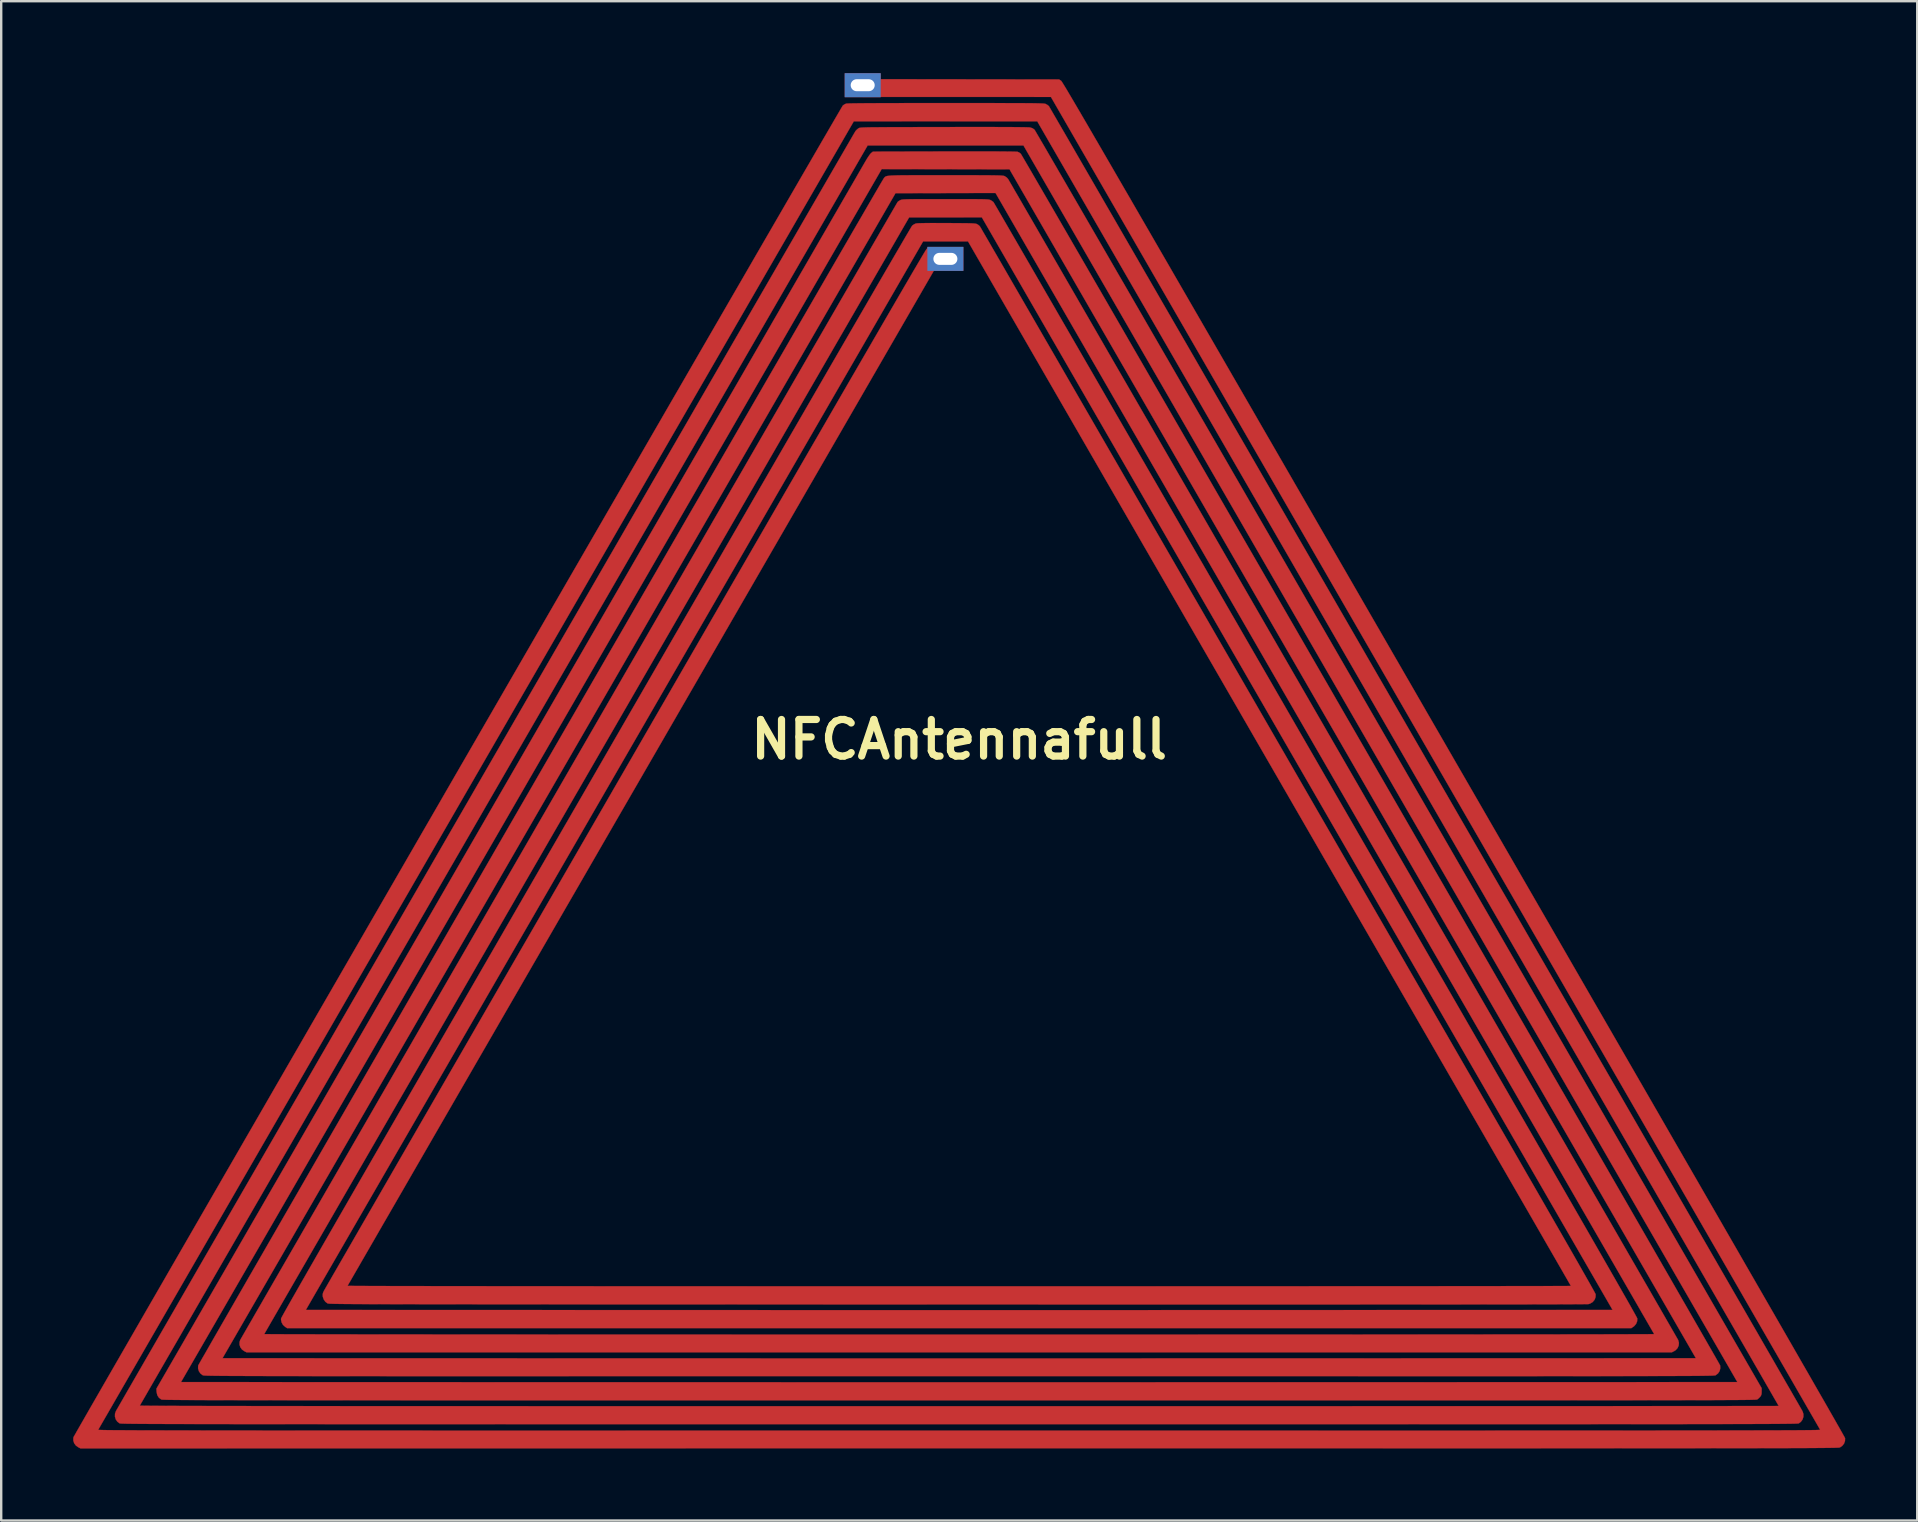
<source format=kicad_pcb>
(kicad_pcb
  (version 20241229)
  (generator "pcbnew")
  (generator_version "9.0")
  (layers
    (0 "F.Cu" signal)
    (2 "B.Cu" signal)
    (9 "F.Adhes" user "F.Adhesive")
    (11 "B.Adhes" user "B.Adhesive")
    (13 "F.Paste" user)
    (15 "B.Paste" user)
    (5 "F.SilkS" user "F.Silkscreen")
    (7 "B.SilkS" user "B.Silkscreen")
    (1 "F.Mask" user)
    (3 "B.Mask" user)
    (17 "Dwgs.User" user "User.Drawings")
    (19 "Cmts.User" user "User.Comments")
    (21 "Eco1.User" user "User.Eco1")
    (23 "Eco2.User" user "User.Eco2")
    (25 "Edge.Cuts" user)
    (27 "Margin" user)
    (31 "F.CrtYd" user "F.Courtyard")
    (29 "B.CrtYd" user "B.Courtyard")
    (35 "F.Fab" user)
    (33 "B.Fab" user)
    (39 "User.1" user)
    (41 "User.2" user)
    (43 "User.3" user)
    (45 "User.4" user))
  (footprint "NFCAntennafull"
    (layer "F.Cu")
    (at 36.912 28.76)
    (property "Reference" "NFCAntennafull" (at 0 -1 0) (layer "F.SilkS") (effects (font (size 1.524 1.524) (thickness 0.3))))
    (attr through_hole)
    (fp_poly (pts (xy 4.162 -28.501) (xy 4.245 -28.446) (xy 4.251 -28.441) (xy 4.259 -28.431) (xy 4.27 -28.415) (xy 4.285 -28.393) (xy 4.303 -28.364) (xy 4.326 -28.328) (xy 4.353 -28.284) (xy 4.385 -28.232) (xy 4.422 -28.171) (xy 4.465 -28.1) (xy 4.513 -28.019) (xy 4.567 -27.928) (xy 4.627 -27.826) (xy 4.694 -27.713) (xy 4.768 -27.587) (xy 4.849 -27.449) (xy 4.938 -27.298) (xy 5.035 -27.133) (xy 5.139 -26.953) (xy 5.252 -26.76) (xy 5.374 -26.551) (xy 5.505 -26.326) (xy 5.645 -26.085) (xy 5.795 -25.827) (xy 5.955 -25.551) (xy 6.125 -25.258) (xy 6.306 -24.947) (xy 6.497 -24.616) (xy 6.7 -24.266) (xy 6.914 -23.896) (xy 7.141 -23.506) (xy 7.379 -23.094) (xy 7.629 -22.661) (xy 7.893 -22.206) (xy 8.169 -21.728) (xy 8.459 -21.227) (xy 8.762 -20.703) (xy 9.079 -20.154) (xy 9.411 -19.58) (xy 9.757 -18.981) (xy 10.118 -18.357) (xy 10.494 -17.706) (xy 10.886 -17.028) (xy 11.293 -16.323) (xy 11.717 -15.589) (xy 12.157 -14.828) (xy 12.613 -14.037) (xy 13.087 -13.217) (xy 13.578 -12.367) (xy 14.086 -11.486) (xy 14.613 -10.575) (xy 15.157 -9.631) (xy 15.721 -8.656) (xy 16.303 -7.648) (xy 16.904 -6.606) (xy 17.525 -5.531) (xy 18.165 -4.422) (xy 18.826 -3.278) (xy 19.506 -2.098) (xy 20.208 -0.883) (xy 20.613 -0.181) (xy 21.393 1.169) (xy 22.151 2.483) (xy 22.889 3.761) (xy 23.606 5.003) (xy 24.302 6.209) (xy 24.978 7.38) (xy 25.633 8.516) (xy 26.268 9.617) (xy 26.884 10.683) (xy 27.479 11.715) (xy 28.055 12.713) (xy 28.611 13.676) (xy 29.147 14.606) (xy 29.664 15.503) (xy 30.162 16.367) (xy 30.641 17.197) (xy 31.101 17.995) (xy 31.543 18.761) (xy 31.965 19.494) (xy 32.37 20.196) (xy 32.755 20.866) (xy 33.123 21.504) (xy 33.473 22.111) (xy 33.805 22.688) (xy 34.119 23.233) (xy 34.416 23.749) (xy 34.695 24.234) (xy 34.956 24.689) (xy 35.201 25.115) (xy 35.429 25.511) (xy 35.639 25.878) (xy 35.833 26.216) (xy 36.011 26.525) (xy 36.172 26.806) (xy 36.316 27.059) (xy 36.445 27.284) (xy 36.557 27.481) (xy 36.654 27.651) (xy 36.735 27.794) (xy 36.8 27.91) (xy 36.85 27.999) (xy 36.885 28.062) (xy 36.904 28.098) (xy 36.909 28.109) (xy 36.905 28.228) (xy 36.863 28.338) (xy 36.789 28.43) (xy 36.694 28.493) (xy 36.69 28.494) (xy 36.684 28.496) (xy 36.675 28.497) (xy 36.664 28.499) (xy 36.65 28.5) (xy 36.631 28.502) (xy 36.607 28.503) (xy 36.578 28.504) (xy 36.544 28.505) (xy 36.503 28.507) (xy 36.455 28.508) (xy 36.399 28.509) (xy 36.335 28.51) (xy 36.262 28.511) (xy 36.18 28.512) (xy 36.088 28.513) (xy 35.985 28.514) (xy 35.872 28.515) (xy 35.746 28.516) (xy 35.608 28.517) (xy 35.457 28.518) (xy 35.293 28.519) (xy 35.115 28.519) (xy 34.922 28.52) (xy 34.714 28.521) (xy 34.489 28.522) (xy 34.249 28.522) (xy 33.991 28.523) (xy 33.716 28.523) (xy 33.422 28.524) (xy 33.11 28.525) (xy 32.778 28.525) (xy 32.427 28.526) (xy 32.055 28.526) (xy 31.661 28.526) (xy 31.246 28.527) (xy 30.809 28.527) (xy 30.348 28.528) (xy 29.864 28.528) (xy 29.357 28.528) (xy 28.824 28.529) (xy 28.266 28.529) (xy 27.682 28.529) (xy 27.072 28.53) (xy 26.435 28.53) (xy 25.77 28.53) (xy 25.077 28.53) (xy 24.355 28.53) (xy 23.604 28.531) (xy 22.823 28.531) (xy 22.011 28.531) (xy 21.168 28.531) (xy 20.293 28.531) (xy 19.386 28.531) (xy 18.446 28.531) (xy 17.473 28.532) (xy 16.465 28.532) (xy 15.423 28.532) (xy 14.345 28.532) (xy 13.232 28.532) (xy 12.082 28.532) (xy 10.895 28.532) (xy 9.671 28.532) (xy 8.408 28.532) (xy 7.106 28.532) (xy 5.765 28.532) (xy 4.384 28.532) (xy 2.963 28.532) (xy 1.5 28.532) (xy -0.001 28.532) (xy -36.609 28.533) (xy -36.704 28.485) (xy -36.801 28.415) (xy -36.871 28.321) (xy -36.907 28.213) (xy -36.907 28.099) (xy -36.9 28.068) (xy -36.889 28.046) (xy -36.857 27.989) (xy -36.804 27.896) (xy -36.732 27.769) (xy -36.64 27.609) (xy -36.529 27.415) (xy -36.4 27.19) (xy -36.253 26.933) (xy -36.088 26.646) (xy -35.906 26.33) (xy -35.707 25.984) (xy -35.492 25.61) (xy -35.261 25.209) (xy -35.014 24.781) (xy -34.753 24.328) (xy -34.477 23.849) (xy -34.187 23.346) (xy -33.884 22.819) (xy -33.567 22.27) (xy -33.237 21.699) (xy -32.896 21.106) (xy -32.542 20.493) (xy -32.177 19.861) (xy -31.801 19.209) (xy -31.415 18.54) (xy -31.019 17.853) (xy -30.613 17.149) (xy -30.197 16.43) (xy -29.774 15.695) (xy -29.341 14.946) (xy -28.901 14.184) (xy -28.454 13.409) (xy -28 12.622) (xy -27.539 11.824) (xy -27.072 11.015) (xy -26.6 10.197) (xy -26.122 9.37) (xy -25.64 8.535) (xy -25.153 7.692) (xy -24.663 6.843) (xy -24.169 5.988) (xy -23.672 5.128) (xy -23.173 4.264) (xy -22.672 3.396) (xy -22.169 2.526) (xy -21.665 1.654) (xy -21.161 0.78) (xy -20.656 -0.094) (xy -20.151 -0.967) (xy -19.647 -1.84) (xy -19.144 -2.71) (xy -18.643 -3.578) (xy -18.143 -4.442) (xy -17.646 -5.302) (xy -17.152 -6.158) (xy -16.661 -7.007) (xy -16.174 -7.85) (xy -15.691 -8.685) (xy -15.213 -9.513) (xy -14.74 -10.331) (xy -14.272 -11.14) (xy -13.81 -11.939) (xy -13.355 -12.726) (xy -12.907 -13.502) (xy -12.466 -14.264) (xy -12.033 -15.014) (xy -11.607 -15.749) (xy -11.191 -16.469) (xy -10.784 -17.173) (xy -10.386 -17.861) (xy -9.998 -18.531) (xy -9.621 -19.183) (xy -9.254 -19.817) (xy -8.899 -20.43) (xy -8.556 -21.024) (xy -8.225 -21.596) (xy -7.906 -22.146) (xy -7.601 -22.673) (xy -7.309 -23.177) (xy -7.031 -23.657) (xy -6.768 -24.111) (xy -6.52 -24.54) (xy -6.286 -24.942) (xy -6.069 -25.317) (xy -5.868 -25.664) (xy -5.684 -25.982) (xy -5.516 -26.27) (xy -5.366 -26.528) (xy -5.235 -26.754) (xy -5.121 -26.949) (xy -5.027 -27.11) (xy -4.952 -27.239) (xy -4.897 -27.333) (xy -4.862 -27.392) (xy -4.847 -27.415) (xy -4.847 -27.415) (xy -4.783 -27.46) (xy -4.71 -27.493) (xy -4.705 -27.494) (xy -4.676 -27.497) (xy -4.611 -27.5) (xy -4.51 -27.503) (xy -4.372 -27.505) (xy -4.197 -27.507) (xy -3.983 -27.509) (xy -3.732 -27.511) (xy -3.442 -27.512) (xy -3.113 -27.513) (xy -2.744 -27.514) (xy -2.335 -27.515) (xy -1.885 -27.516) (xy -1.394 -27.516) (xy -0.862 -27.516) (xy -0.55 -27.516) (xy -0.062 -27.516) (xy 0.386 -27.516) (xy 0.795 -27.516) (xy 1.167 -27.516) (xy 1.504 -27.515) (xy 1.808 -27.515) (xy 2.08 -27.514) (xy 2.323 -27.514) (xy 2.537 -27.513) (xy 2.725 -27.512) (xy 2.889 -27.511) (xy 3.03 -27.51) (xy 3.151 -27.508) (xy 3.253 -27.506) (xy 3.337 -27.504) (xy 3.406 -27.502) (xy 3.461 -27.499) (xy 3.505 -27.497) (xy 3.538 -27.493) (xy 3.564 -27.49) (xy 3.582 -27.486) (xy 3.597 -27.482) (xy 3.608 -27.477) (xy 3.609 -27.477) (xy 3.674 -27.44) (xy 3.729 -27.397) (xy 3.739 -27.387) (xy 3.75 -27.368) (xy 3.783 -27.312) (xy 3.836 -27.221) (xy 3.908 -27.096) (xy 4 -26.938) (xy 4.111 -26.746) (xy 4.24 -26.523) (xy 4.388 -26.269) (xy 4.553 -25.984) (xy 4.735 -25.669) (xy 4.933 -25.326) (xy 5.148 -24.954) (xy 5.379 -24.555) (xy 5.625 -24.13) (xy 5.886 -23.678) (xy 6.161 -23.202) (xy 6.451 -22.702) (xy 6.753 -22.178) (xy 7.069 -21.631) (xy 7.398 -21.063) (xy 7.738 -20.473) (xy 8.091 -19.863) (xy 8.454 -19.234) (xy 8.829 -18.586) (xy 9.214 -17.92) (xy 9.609 -17.237) (xy 10.013 -16.537) (xy 10.426 -15.821) (xy 10.848 -15.091) (xy 11.278 -14.347) (xy 11.716 -13.589) (xy 12.161 -12.819) (xy 12.612 -12.037) (xy 13.07 -11.244) (xy 13.534 -10.441) (xy 14.003 -9.628) (xy 14.478 -8.807) (xy 14.957 -7.978) (xy 15.439 -7.142) (xy 15.926 -6.299) (xy 16.416 -5.451) (xy 16.908 -4.599) (xy 17.403 -3.742) (xy 17.9 -2.882) (xy 18.398 -2.02) (xy 18.896 -1.156) (xy 19.396 -0.291) (xy 19.895 0.574) (xy 20.394 1.438) (xy 20.892 2.301) (xy 21.389 3.162) (xy 21.884 4.019) (xy 22.377 4.873) (xy 22.868 5.722) (xy 23.355 6.565) (xy 23.838 7.403) (xy 24.318 8.234) (xy 24.793 9.057) (xy 25.263 9.871) (xy 25.728 10.676) (xy 26.187 11.471) (xy 26.64 12.256) (xy 27.086 13.028) (xy 27.525 13.789) (xy 27.956 14.536) (xy 28.379 15.269) (xy 28.794 15.988) (xy 29.2 16.691) (xy 29.596 17.378) (xy 29.983 18.048) (xy 30.359 18.7) (xy 30.724 19.333) (xy 31.079 19.947) (xy 31.421 20.541) (xy 31.752 21.114) (xy 32.07 21.665) (xy 32.375 22.194) (xy 32.667 22.699) (xy 32.944 23.181) (xy 33.208 23.637) (xy 33.456 24.068) (xy 33.689 24.473) (xy 33.907 24.85) (xy 34.108 25.2) (xy 34.293 25.521) (xy 34.461 25.812) (xy 34.612 26.073) (xy 34.744 26.303) (xy 34.858 26.501) (xy 34.953 26.666) (xy 35.029 26.799) (xy 35.085 26.897) (xy 35.121 26.96) (xy 35.136 26.987) (xy 35.137 26.987) (xy 35.173 27.102) (xy 35.172 27.22) (xy 35.136 27.331) (xy 35.067 27.426) (xy 34.982 27.49) (xy 34.978 27.492) (xy 34.971 27.493) (xy 34.961 27.495) (xy 34.946 27.496) (xy 34.927 27.498) (xy 34.903 27.499) (xy 34.873 27.5) (xy 34.837 27.501) (xy 34.793 27.503) (xy 34.742 27.504) (xy 34.683 27.505) (xy 34.615 27.506) (xy 34.537 27.507) (xy 34.45 27.508) (xy 34.352 27.509) (xy 34.242 27.51) (xy 34.121 27.511) (xy 33.987 27.512) (xy 33.84 27.513) (xy 33.68 27.514) (xy 33.506 27.515) (xy 33.316 27.515) (xy 33.111 27.516) (xy 32.891 27.517) (xy 32.653 27.517) (xy 32.398 27.518) (xy 32.126 27.519) (xy 31.835 27.519) (xy 31.525 27.52) (xy 31.195 27.52) (xy 30.846 27.521) (xy 30.475 27.521) (xy 30.083 27.522) (xy 29.669 27.522) (xy 29.232 27.523) (xy 28.772 27.523) (xy 28.288 27.523) (xy 27.78 27.524) (xy 27.246 27.524) (xy 26.687 27.524) (xy 26.102 27.525) (xy 25.49 27.525) (xy 24.851 27.525) (xy 24.183 27.525) (xy 23.487 27.526) (xy 22.762 27.526) (xy 22.007 27.526) (xy 21.221 27.526) (xy 20.404 27.526) (xy 19.556 27.526) (xy 18.675 27.527) (xy 17.762 27.527) (xy 16.815 27.527) (xy 15.834 27.527) (xy 14.819 27.527) (xy 13.768 27.527) (xy 12.681 27.527) (xy 11.558 27.527) (xy 10.398 27.527) (xy 9.2 27.527) (xy 7.964 27.527) (xy 6.689 27.527) (xy 5.375 27.527) (xy 4.021 27.527) (xy 2.626 27.527) (xy 1.189 27.527) (xy 0 27.527) (xy -1.47 27.527) (xy -2.898 27.527) (xy -4.285 27.527) (xy -5.632 27.527) (xy -6.939 27.527) (xy -8.206 27.527) (xy -9.434 27.527) (xy -10.625 27.527) (xy -11.778 27.527) (xy -12.894 27.527) (xy -13.973 27.527) (xy -15.017 27.527) (xy -16.026 27.527) (xy -17.001 27.527) (xy -17.941 27.527) (xy -18.848 27.527) (xy -19.722 27.526) (xy -20.564 27.526) (xy -21.375 27.526) (xy -22.155 27.526) (xy -22.904 27.526) (xy -23.624 27.526) (xy -24.314 27.525) (xy -24.976 27.525) (xy -25.611 27.525) (xy -26.217 27.525) (xy -26.797 27.524) (xy -27.351 27.524) (xy -27.88 27.524) (xy -28.383 27.523) (xy -28.863 27.523) (xy -29.318 27.523) (xy -29.75 27.522) (xy -30.16 27.522) (xy -30.548 27.521) (xy -30.915 27.521) (xy -31.261 27.52) (xy -31.586 27.52) (xy -31.893 27.519) (xy -32.18 27.519) (xy -32.449 27.518) (xy -32.7 27.517) (xy -32.935 27.517) (xy -33.152 27.516) (xy -33.354 27.515) (xy -33.54 27.514) (xy -33.712 27.514) (xy -33.87 27.513) (xy -34.014 27.512) (xy -34.145 27.511) (xy -34.264 27.51) (xy -34.371 27.509) (xy -34.467 27.508) (xy -34.553 27.507) (xy -34.629 27.506) (xy -34.695 27.505) (xy -34.753 27.504) (xy -34.802 27.502) (xy -34.844 27.501) (xy -34.88 27.5) (xy -34.908 27.499) (xy -34.931 27.497) (xy -34.95 27.496) (xy -34.963 27.494) (xy -34.973 27.493) (xy -34.979 27.491) (xy -34.982 27.49) (xy -35.077 27.416) (xy -35.142 27.318) (xy -35.174 27.206) (xy -35.171 27.088) (xy -35.136 26.987) (xy -35.123 26.962) (xy -35.088 26.901) (xy -35.033 26.806) (xy -34.958 26.676) (xy -34.865 26.513) (xy -34.752 26.317) (xy -34.621 26.089) (xy -34.471 25.83) (xy -34.305 25.541) (xy -34.121 25.223) (xy -33.921 24.875) (xy -33.704 24.5) (xy -33.472 24.098) (xy -33.225 23.669) (xy -32.963 23.215) (xy -32.686 22.736) (xy -32.396 22.233) (xy -32.092 21.707) (xy -31.776 21.158) (xy -31.447 20.588) (xy -31.105 19.997) (xy -30.752 19.386) (xy -30.389 18.756) (xy -30.014 18.107) (xy -29.629 17.44) (xy -29.234 16.757) (xy -28.83 16.057) (xy -28.418 15.343) (xy -27.996 14.613) (xy -27.567 13.87) (xy -27.13 13.114) (xy -26.687 12.345) (xy -26.236 11.566) (xy -25.78 10.775) (xy -25.318 9.975) (xy -24.85 9.166) (xy -24.378 8.348) (xy -23.901 7.523) (xy -23.421 6.692) (xy -22.937 5.854) (xy -22.45 5.012) (xy -21.961 4.165) (xy -21.47 3.314) (xy -20.977 2.461) (xy -20.482 1.605) (xy -19.988 0.749) (xy -19.493 -0.108) (xy -18.998 -0.964) (xy -18.504 -1.82) (xy -18.011 -2.673) (xy -17.519 -3.523) (xy -17.03 -4.37) (xy -16.543 -5.213) (xy -16.059 -6.051) (xy -15.578 -6.882) (xy -15.101 -7.707) (xy -14.629 -8.525) (xy -14.161 -9.334) (xy -13.699 -10.135) (xy -13.242 -10.925) (xy -12.791 -11.705) (xy -12.347 -12.473) (xy -11.91 -13.229) (xy -11.48 -13.973) (xy -11.059 -14.702) (xy -10.646 -15.417) (xy -10.241 -16.117) (xy -9.846 -16.8) (xy -9.461 -17.467) (xy -9.085 -18.116) (xy -8.721 -18.747) (xy -8.368 -19.358) (xy -8.026 -19.949) (xy -7.696 -20.519) (xy -7.379 -21.068) (xy -7.074 -21.594) (xy -6.783 -22.097) (xy -6.506 -22.577) (xy -6.243 -23.031) (xy -5.995 -23.46) (xy -5.762 -23.862) (xy -5.545 -24.238) (xy -5.344 -24.585) (xy -5.16 -24.904) (xy -4.992 -25.193) (xy -4.842 -25.452) (xy -4.71 -25.68) (xy -4.596 -25.876) (xy -4.501 -26.04) (xy -4.426 -26.17) (xy -4.37 -26.266) (xy -4.334 -26.327) (xy -4.319 -26.352) (xy -4.319 -26.352) (xy -4.264 -26.411) (xy -4.201 -26.461) (xy -4.189 -26.469) (xy -4.179 -26.474) (xy -4.167 -26.479) (xy -4.152 -26.484) (xy -4.132 -26.488) (xy -4.104 -26.492) (xy -4.067 -26.495) (xy -4.018 -26.498) (xy -3.956 -26.5) (xy -3.879 -26.503) (xy -3.784 -26.505) (xy -3.671 -26.507) (xy -3.536 -26.508) (xy -3.379 -26.509) (xy -3.196 -26.511) (xy -2.987 -26.512) (xy -2.748 -26.513) (xy -2.479 -26.513) (xy -2.177 -26.514) (xy -1.841 -26.515) (xy -1.468 -26.516) (xy -1.056 -26.516) (xy -0.635 -26.517) (xy -0.134 -26.518) (xy 0.326 -26.518) (xy 0.745 -26.518) (xy 1.124 -26.518) (xy 1.465 -26.518) (xy 1.769 -26.517) (xy 2.036 -26.516) (xy 2.267 -26.515) (xy 2.463 -26.513) (xy 2.626 -26.511) (xy 2.755 -26.509) (xy 2.853 -26.506) (xy 2.919 -26.503) (xy 2.956 -26.5) (xy 2.959 -26.499) (xy 3.059 -26.466) (xy 3.135 -26.41) (xy 3.139 -26.407) (xy 3.152 -26.386) (xy 3.186 -26.329) (xy 3.24 -26.237) (xy 3.314 -26.11) (xy 3.408 -25.949) (xy 3.522 -25.755) (xy 3.654 -25.528) (xy 3.804 -25.268) (xy 3.973 -24.978) (xy 4.159 -24.656) (xy 4.363 -24.305) (xy 4.584 -23.923) (xy 4.822 -23.513) (xy 5.076 -23.075) (xy 5.345 -22.61) (xy 5.631 -22.117) (xy 5.931 -21.598) (xy 6.246 -21.054) (xy 6.575 -20.484) (xy 6.919 -19.891) (xy 7.276 -19.273) (xy 7.646 -18.633) (xy 8.029 -17.97) (xy 8.425 -17.286) (xy 8.833 -16.581) (xy 9.252 -15.855) (xy 9.683 -15.11) (xy 10.125 -14.345) (xy 10.577 -13.563) (xy 11.04 -12.762) (xy 11.512 -11.944) (xy 11.994 -11.11) (xy 12.485 -10.26) (xy 12.985 -9.395) (xy 13.493 -8.515) (xy 14.009 -7.622) (xy 14.533 -6.715) (xy 15.064 -5.796) (xy 15.602 -4.864) (xy 16.146 -3.922) (xy 16.696 -2.969) (xy 17.252 -2.006) (xy 17.813 -1.034) (xy 18.32 -0.157) (xy 33.433 26.024) (xy 33.433 26.164) (xy 33.43 26.246) (xy 33.419 26.303) (xy 33.395 26.351) (xy 33.373 26.381) (xy 33.32 26.438) (xy 33.262 26.486) (xy 33.246 26.495) (xy 33.242 26.497) (xy 33.235 26.499) (xy 33.225 26.5) (xy 33.21 26.502) (xy 33.191 26.503) (xy 33.167 26.504) (xy 33.136 26.506) (xy 33.099 26.507) (xy 33.055 26.508) (xy 33.003 26.509) (xy 32.943 26.511) (xy 32.874 26.512) (xy 32.795 26.513) (xy 32.706 26.514) (xy 32.606 26.515) (xy 32.495 26.516) (xy 32.371 26.517) (xy 32.235 26.518) (xy 32.086 26.518) (xy 31.922 26.519) (xy 31.745 26.52) (xy 31.552 26.521) (xy 31.343 26.522) (xy 31.118 26.522) (xy 30.875 26.523) (xy 30.616 26.524) (xy 30.338 26.524) (xy 30.041 26.525) (xy 29.724 26.525) (xy 29.388 26.526) (xy 29.031 26.526) (xy 28.652 26.527) (xy 28.252 26.527) (xy 27.829 26.528) (xy 27.383 26.528) (xy 26.913 26.529) (xy 26.419 26.529) (xy 25.9 26.529) (xy 25.355 26.53) (xy 24.784 26.53) (xy 24.186 26.53) (xy 23.56 26.53) (xy 22.907 26.531) (xy 22.224 26.531) (xy 21.513 26.531) (xy 20.771 26.531) (xy 19.999 26.531) (xy 19.196 26.531) (xy 18.361 26.532) (xy 17.494 26.532) (xy 16.593 26.532) (xy 15.659 26.532) (xy 14.691 26.532) (xy 13.688 26.532) (xy 12.649 26.532) (xy 11.574 26.532) (xy 10.463 26.532) (xy 9.314 26.532) (xy 8.127 26.532) (xy 6.902 26.532) (xy 5.637 26.532) (xy 4.333 26.532) (xy 2.988 26.532) (xy 1.602 26.532) (xy 0.175 26.532) (xy 0 26.532) (xy -1.432 26.532) (xy -2.823 26.532) (xy -4.173 26.532) (xy -5.482 26.532) (xy -6.751 26.532) (xy -7.981 26.532) (xy -9.173 26.532) (xy -10.326 26.532) (xy -11.442 26.532) (xy -12.521 26.532) (xy -13.564 26.532) (xy -14.572 26.532) (xy -15.544 26.532) (xy -16.482 26.532) (xy -17.387 26.532) (xy -18.258 26.532) (xy -19.097 26.531) (xy -19.904 26.531) (xy -20.68 26.531) (xy -21.425 26.531) (xy -22.14 26.531) (xy -22.826 26.531) (xy -23.483 26.53) (xy -24.112 26.53) (xy -24.713 26.53) (xy -25.287 26.53) (xy -25.835 26.529) (xy -26.358 26.529) (xy -26.855 26.529) (xy -27.328 26.528) (xy -27.777 26.528) (xy -28.202 26.527) (xy -28.605 26.527) (xy -28.986 26.526) (xy -29.346 26.526) (xy -29.685 26.525) (xy -30.004 26.525) (xy -30.303 26.524) (xy -30.583 26.524) (xy -30.845 26.523) (xy -31.089 26.522) (xy -31.317 26.522) (xy -31.527 26.521) (xy -31.722 26.52) (xy -31.902 26.519) (xy -32.067 26.519) (xy -32.218 26.518) (xy -32.356 26.517) (xy -32.481 26.516) (xy -32.593 26.515) (xy -32.695 26.514) (xy -32.785 26.513) (xy -32.865 26.512) (xy -32.935 26.511) (xy -32.996 26.51) (xy -33.049 26.508) (xy -33.094 26.507) (xy -33.132 26.506) (xy -33.163 26.504) (xy -33.188 26.503) (xy -33.208 26.502) (xy -33.223 26.5) (xy -33.234 26.499) (xy -33.242 26.497) (xy -33.246 26.496) (xy -33.246 26.495) (xy -33.344 26.42) (xy -33.408 26.319) (xy -33.437 26.193) (xy -33.439 26.175) (xy -33.446 26.046) (xy -33.109 25.463) (xy -33.086 25.423) (xy -33.041 25.346) (xy -32.977 25.234) (xy -32.892 25.087) (xy -32.788 24.907) (xy -32.664 24.693) (xy -32.522 24.447) (xy -32.361 24.169) (xy -32.183 23.86) (xy -31.986 23.52) (xy -31.773 23.151) (xy -31.543 22.752) (xy -31.296 22.325) (xy -31.033 21.87) (xy -30.755 21.389) (xy -30.461 20.881) (xy -30.153 20.347) (xy -29.83 19.788) (xy -29.494 19.205) (xy -29.143 18.599) (xy -28.78 17.969) (xy -28.403 17.318) (xy -28.014 16.645) (xy -27.613 15.951) (xy -27.201 15.236) (xy -26.777 14.503) (xy -26.342 13.75) (xy -25.897 12.98) (xy -25.442 12.192) (xy -24.977 11.387) (xy -24.503 10.567) (xy -24.021 9.731) (xy -23.529 8.88) (xy -23.03 8.016) (xy -22.523 7.138) (xy -22.008 6.248) (xy -21.487 5.345) (xy -20.96 4.432) (xy -20.426 3.508) (xy -19.886 2.574) (xy -19.342 1.631) (xy -18.792 0.68) (xy -18.436 0.064) (xy -17.884 -0.892) (xy -17.338 -1.838) (xy -16.796 -2.776) (xy -16.26 -3.704) (xy -15.73 -4.622) (xy -15.206 -5.528) (xy -14.689 -6.423) (xy -14.18 -7.305) (xy -13.678 -8.174) (xy -13.184 -9.03) (xy -12.698 -9.87) (xy -12.221 -10.696) (xy -11.753 -11.506) (xy -11.295 -12.299) (xy -10.847 -13.075) (xy -10.409 -13.834) (xy -9.981 -14.573) (xy -9.565 -15.294) (xy -9.16 -15.994) (xy -8.768 -16.674) (xy -8.387 -17.333) (xy -8.019 -17.97) (xy -7.665 -18.584) (xy -7.323 -19.175) (xy -6.996 -19.742) (xy -6.683 -20.284) (xy -6.384 -20.801) (xy -6.101 -21.291) (xy -5.832 -21.756) (xy -5.58 -22.192) (xy -5.344 -22.601) (xy -5.124 -22.981) (xy -4.922 -23.332) (xy -4.737 -23.652) (xy -4.569 -23.942) (xy -4.42 -24.2) (xy -4.289 -24.426) (xy -4.178 -24.62) (xy -4.085 -24.78) (xy -4.013 -24.906) (xy -3.96 -24.997) (xy -3.928 -25.052) (xy -3.918 -25.069) (xy -3.835 -25.209) (xy -3.762 -25.319) (xy -3.704 -25.398) (xy -3.663 -25.44) (xy -3.591 -25.495) (xy -0.615 -25.502) (xy -0.128 -25.502) (xy 0.317 -25.503) (xy 0.719 -25.503) (xy 1.079 -25.503) (xy 1.397 -25.502) (xy 1.673 -25.501) (xy 1.906 -25.499) (xy 2.097 -25.497) (xy 2.245 -25.495) (xy 2.351 -25.492) (xy 2.415 -25.489) (xy 2.435 -25.486) (xy 2.502 -25.455) (xy 2.563 -25.409) (xy 2.566 -25.406) (xy 2.579 -25.385) (xy 2.613 -25.328) (xy 2.667 -25.236) (xy 2.741 -25.11) (xy 2.834 -24.95) (xy 2.946 -24.758) (xy 3.076 -24.534) (xy 3.224 -24.279) (xy 3.39 -23.993) (xy 3.572 -23.679) (xy 3.771 -23.336) (xy 3.986 -22.965) (xy 4.216 -22.567) (xy 4.462 -22.143) (xy 4.722 -21.693) (xy 4.996 -21.22) (xy 5.284 -20.722) (xy 5.585 -20.201) (xy 5.899 -19.659) (xy 6.225 -19.095) (xy 6.563 -18.51) (xy 6.912 -17.906) (xy 7.272 -17.283) (xy 7.643 -16.642) (xy 8.023 -15.984) (xy 8.413 -15.309) (xy 8.812 -14.619) (xy 9.219 -13.914) (xy 9.635 -13.195) (xy 10.058 -12.462) (xy 10.488 -11.718) (xy 10.925 -10.961) (xy 11.368 -10.194) (xy 11.817 -9.417) (xy 12.271 -8.631) (xy 12.73 -7.836) (xy 13.193 -7.034) (xy 13.66 -6.225) (xy 14.131 -5.41) (xy 14.604 -4.59) (xy 15.08 -3.766) (xy 15.558 -2.938) (xy 16.037 -2.107) (xy 16.518 -1.275) (xy 16.999 -0.441) (xy 17.48 0.392) (xy 17.961 1.225) (xy 18.441 2.057) (xy 18.92 2.887) (xy 19.397 3.714) (xy 19.872 4.537) (xy 20.344 5.355) (xy 20.813 6.168) (xy 21.278 6.975) (xy 21.74 7.775) (xy 22.197 8.567) (xy 22.649 9.35) (xy 23.095 10.124) (xy 23.535 10.887) (xy 23.969 11.64) (xy 24.397 12.381) (xy 24.816 13.109) (xy 25.229 13.823) (xy 25.632 14.524) (xy 26.027 15.209) (xy 26.413 15.878) (xy 26.789 16.531) (xy 27.155 17.166) (xy 27.511 17.783) (xy 27.855 18.38) (xy 28.188 18.958) (xy 28.509 19.515) (xy 28.817 20.05) (xy 29.112 20.563) (xy 29.394 21.053) (xy 29.663 21.519) (xy 29.916 21.96) (xy 30.155 22.375) (xy 30.379 22.764) (xy 30.587 23.126) (xy 30.779 23.46) (xy 30.954 23.765) (xy 31.112 24.04) (xy 31.252 24.285) (xy 31.375 24.498) (xy 31.479 24.68) (xy 31.563 24.828) (xy 31.629 24.943) (xy 31.674 25.024) (xy 31.699 25.069) (xy 31.704 25.079) (xy 31.71 25.199) (xy 31.68 25.312) (xy 31.615 25.41) (xy 31.522 25.482) (xy 31.516 25.485) (xy 31.512 25.487) (xy 31.508 25.489) (xy 31.502 25.491) (xy 31.494 25.492) (xy 31.483 25.494) (xy 31.469 25.495) (xy 31.451 25.497) (xy 31.429 25.498) (xy 31.401 25.5) (xy 31.368 25.501) (xy 31.328 25.503) (xy 31.281 25.504) (xy 31.226 25.505) (xy 31.163 25.506) (xy 31.091 25.507) (xy 31.009 25.509) (xy 30.917 25.51) (xy 30.814 25.511) (xy 30.699 25.512) (xy 30.573 25.513) (xy 30.433 25.514) (xy 30.28 25.514) (xy 30.113 25.515) (xy 29.931 25.516) (xy 29.734 25.517) (xy 29.521 25.517) (xy 29.291 25.518) (xy 29.044 25.519) (xy 28.778 25.519) (xy 28.495 25.52) (xy 28.192 25.521) (xy 27.869 25.521) (xy 27.526 25.522) (xy 27.162 25.522) (xy 26.776 25.522) (xy 26.368 25.523) (xy 25.937 25.523) (xy 25.482 25.524) (xy 25.003 25.524) (xy 24.498 25.524) (xy 23.969 25.525) (xy 23.413 25.525) (xy 22.83 25.525) (xy 22.22 25.525) (xy 21.582 25.526) (xy 20.915 25.526) (xy 20.219 25.526) (xy 19.493 25.526) (xy 18.736 25.526) (xy 17.948 25.526) (xy 17.127 25.526) (xy 16.275 25.527) (xy 15.389 25.527) (xy 14.469 25.527) (xy 13.515 25.527) (xy 12.526 25.527) (xy 11.501 25.527) (xy 10.44 25.527) (xy 9.342 25.527) (xy 8.206 25.527) (xy 7.032 25.527) (xy 5.819 25.527) (xy 4.567 25.527) (xy 3.274 25.527) (xy 1.941 25.527) (xy 0.566 25.527) (xy 0 25.527) (xy -1.392 25.527) (xy -2.742 25.527) (xy -4.051 25.527) (xy -5.32 25.527) (xy -6.548 25.527) (xy -7.738 25.527) (xy -8.889 25.527) (xy -10.002 25.527) (xy -11.078 25.527) (xy -12.118 25.527) (xy -13.121 25.527) (xy -14.089 25.527) (xy -15.023 25.527) (xy -15.922 25.527) (xy -16.788 25.526) (xy -17.621 25.526) (xy -18.422 25.526) (xy -19.191 25.526) (xy -19.93 25.526) (xy -20.638 25.526) (xy -21.317 25.526) (xy -21.967 25.525) (xy -22.588 25.525) (xy -23.182 25.525) (xy -23.748 25.525) (xy -24.288 25.524) (xy -24.802 25.524) (xy -25.292 25.524) (xy -25.756 25.523) (xy -26.197 25.523) (xy -26.614 25.523) (xy -27.009 25.522) (xy -27.382 25.522) (xy -27.734 25.521) (xy -28.065 25.521) (xy -28.375 25.52) (xy -28.667 25.52) (xy -28.939 25.519) (xy -29.193 25.518) (xy -29.43 25.518) (xy -29.65 25.517) (xy -29.854 25.516) (xy -30.042 25.516) (xy -30.215 25.515) (xy -30.373 25.514) (xy -30.518 25.513) (xy -30.65 25.512) (xy -30.769 25.511) (xy -30.877 25.51) (xy -30.973 25.509) (xy -31.059 25.508) (xy -31.135 25.507) (xy -31.202 25.506) (xy -31.26 25.504) (xy -31.31 25.503) (xy -31.353 25.502) (xy -31.389 25.5) (xy -31.418 25.499) (xy -31.443 25.498) (xy -31.463 25.496) (xy -31.478 25.495) (xy -31.49 25.493) (xy -31.499 25.491) (xy -31.506 25.49) (xy -31.511 25.488) (xy -31.515 25.486) (xy -31.516 25.485) (xy -31.61 25.415) (xy -31.676 25.319) (xy -31.71 25.206) (xy -31.706 25.086) (xy -31.705 25.08) (xy -31.693 25.058) (xy -31.662 25.002) (xy -31.61 24.91) (xy -31.538 24.783) (xy -31.446 24.624) (xy -31.336 24.432) (xy -31.208 24.208) (xy -31.062 23.953) (xy -30.898 23.668) (xy -30.718 23.354) (xy -30.52 23.011) (xy -30.307 22.641) (xy -30.079 22.244) (xy -29.835 21.821) (xy -29.577 21.372) (xy -29.304 20.899) (xy -29.018 20.403) (xy -28.719 19.884) (xy -28.407 19.343) (xy -28.083 18.78) (xy -27.747 18.198) (xy -27.4 17.596) (xy -27.042 16.975) (xy -26.674 16.336) (xy -26.296 15.68) (xy -25.908 15.008) (xy -25.512 14.321) (xy -25.107 13.619) (xy -24.694 12.903) (xy -24.273 12.175) (xy -23.846 11.434) (xy -23.412 10.682) (xy -22.972 9.919) (xy -22.526 9.147) (xy -22.075 8.365) (xy -21.619 7.576) (xy -21.16 6.779) (xy -20.696 5.976) (xy -20.229 5.168) (xy -19.759 4.354) (xy -19.288 3.537) (xy -18.814 2.716) (xy -18.339 1.893) (xy -17.862 1.069) (xy -17.386 0.244) (xy -16.909 -0.582) (xy -16.433 -1.406) (xy -15.958 -2.228) (xy -15.485 -3.048) (xy -15.013 -3.865) (xy -14.544 -4.677) (xy -14.077 -5.484) (xy -13.614 -6.286) (xy -13.155 -7.081) (xy -12.7 -7.868) (xy -12.25 -8.648) (xy -11.805 -9.418) (xy -11.366 -10.178) (xy -10.932 -10.927) (xy -10.506 -11.665) (xy -10.087 -12.391) (xy -9.675 -13.103) (xy -9.271 -13.802) (xy -8.876 -14.486) (xy -8.489 -15.154) (xy -8.113 -15.805) (xy -7.746 -16.44) (xy -7.389 -17.056) (xy -7.044 -17.653) (xy -6.71 -18.231) (xy -6.387 -18.788) (xy -6.077 -19.324) (xy -5.78 -19.838) (xy -5.496 -20.329) (xy -5.225 -20.796) (xy -4.969 -21.238) (xy -4.727 -21.655) (xy -4.501 -22.046) (xy -4.29 -22.41) (xy -4.095 -22.745) (xy -3.917 -23.053) (xy -3.756 -23.33) (xy -3.612 -23.578) (xy -3.487 -23.794) (xy -3.379 -23.978) (xy -3.291 -24.13) (xy -3.222 -24.247) (xy -3.172 -24.331) (xy -3.143 -24.379) (xy -3.135 -24.392) (xy -3.119 -24.41) (xy -3.105 -24.426) (xy -3.09 -24.441) (xy -3.071 -24.453) (xy -3.047 -24.464) (xy -3.015 -24.474) (xy -2.972 -24.482) (xy -2.917 -24.489) (xy -2.847 -24.495) (xy -2.76 -24.499) (xy -2.653 -24.503) (xy -2.524 -24.506) (xy -2.37 -24.508) (xy -2.19 -24.509) (xy -1.981 -24.51) (xy -1.74 -24.511) (xy -1.465 -24.511) (xy -1.154 -24.511) (xy -0.805 -24.511) (xy -0.567 -24.511) (xy -0.199 -24.51) (xy 0.13 -24.51) (xy 0.421 -24.51) (xy 0.676 -24.51) (xy 0.899 -24.509) (xy 1.092 -24.508) (xy 1.256 -24.507) (xy 1.395 -24.506) (xy 1.511 -24.504) (xy 1.606 -24.502) (xy 1.682 -24.5) (xy 1.743 -24.497) (xy 1.79 -24.493) (xy 1.825 -24.489) (xy 1.852 -24.485) (xy 1.872 -24.48) (xy 1.889 -24.474) (xy 1.898 -24.47) (xy 1.982 -24.414) (xy 2.04 -24.349) (xy 2.054 -24.325) (xy 2.088 -24.266) (xy 2.143 -24.171) (xy 2.218 -24.043) (xy 2.311 -23.881) (xy 2.424 -23.687) (xy 2.555 -23.461) (xy 2.703 -23.204) (xy 2.869 -22.917) (xy 3.052 -22.601) (xy 3.251 -22.257) (xy 3.465 -21.885) (xy 3.696 -21.487) (xy 3.941 -21.062) (xy 4.201 -20.613) (xy 4.474 -20.139) (xy 4.761 -19.643) (xy 5.061 -19.123) (xy 5.374 -18.582) (xy 5.699 -18.02) (xy 6.035 -17.437) (xy 6.382 -16.836) (xy 6.74 -16.216) (xy 7.108 -15.579) (xy 7.486 -14.924) (xy 7.873 -14.254) (xy 8.269 -13.569) (xy 8.673 -12.869) (xy 9.084 -12.156) (xy 9.503 -11.43) (xy 9.929 -10.693) (xy 10.361 -9.944) (xy 10.799 -9.185) (xy 11.243 -8.417) (xy 11.691 -7.641) (xy 12.144 -6.857) (xy 12.6 -6.066) (xy 13.06 -5.268) (xy 13.523 -4.466) (xy 13.989 -3.659) (xy 14.457 -2.849) (xy 14.926 -2.036) (xy 15.396 -1.221) (xy 15.867 -0.405) (xy 16.338 0.411) (xy 16.809 1.226) (xy 17.279 2.041) (xy 17.747 2.852) (xy 18.214 3.661) (xy 18.679 4.466) (xy 19.141 5.267) (xy 19.599 6.061) (xy 20.054 6.85) (xy 20.505 7.631) (xy 20.951 8.404) (xy 21.392 9.168) (xy 21.828 9.923) (xy 22.257 10.667) (xy 22.68 11.4) (xy 23.096 12.121) (xy 23.504 12.829) (xy 23.904 13.522) (xy 24.296 14.202) (xy 24.679 14.865) (xy 25.053 15.513) (xy 25.416 16.143) (xy 25.77 16.756) (xy 26.112 17.35) (xy 26.443 17.924) (xy 26.762 18.478) (xy 27.07 19.01) (xy 27.364 19.52) (xy 27.645 20.008) (xy 27.912 20.472) (xy 28.166 20.911) (xy 28.404 21.325) (xy 28.628 21.712) (xy 28.836 22.073) (xy 29.027 22.406) (xy 29.203 22.71) (xy 29.361 22.985) (xy 29.501 23.229) (xy 29.624 23.442) (xy 29.728 23.623) (xy 29.813 23.771) (xy 29.879 23.886) (xy 29.925 23.966) (xy 29.951 24.011) (xy 29.956 24.021) (xy 29.986 24.135) (xy 29.976 24.248) (xy 29.931 24.352) (xy 29.853 24.439) (xy 29.782 24.485) (xy 29.688 24.532) (xy -29.688 24.532) (xy -29.782 24.485) (xy -29.881 24.414) (xy -29.949 24.32) (xy -29.983 24.213) (xy -29.981 24.099) (xy -29.956 24.021) (xy -29.944 23.999) (xy -29.911 23.941) (xy -29.858 23.848) (xy -29.785 23.721) (xy -29.693 23.561) (xy -29.582 23.368) (xy -29.452 23.144) (xy -29.306 22.889) (xy -29.141 22.604) (xy -28.96 22.289) (xy -28.763 21.947) (xy -28.55 21.577) (xy -28.321 21.181) (xy -28.077 20.758) (xy -27.819 20.311) (xy -27.547 19.84) (xy -27.262 19.345) (xy -26.964 18.828) (xy -26.653 18.29) (xy -26.33 17.73) (xy -25.996 17.151) (xy -25.65 16.552) (xy -25.294 15.936) (xy -24.928 15.302) (xy -24.552 14.651) (xy -24.168 13.984) (xy -23.774 13.303) (xy -23.373 12.607) (xy -22.963 11.899) (xy -22.547 11.177) (xy -22.124 10.444) (xy -21.694 9.701) (xy -21.259 8.947) (xy -20.819 8.185) (xy -20.373 7.414) (xy -19.924 6.635) (xy -19.471 5.85) (xy -19.014 5.06) (xy -18.554 4.264) (xy -18.092 3.464) (xy -17.629 2.661) (xy -17.163 1.856) (xy -16.697 1.049) (xy -16.231 0.241) (xy -15.764 -0.567) (xy -15.298 -1.373) (xy -14.833 -2.178) (xy -14.369 -2.981) (xy -13.908 -3.78) (xy -13.448 -4.575) (xy -12.992 -5.365) (xy -12.539 -6.148) (xy -12.09 -6.926) (xy -11.646 -7.695) (xy -11.206 -8.456) (xy -10.771 -9.208) (xy -10.343 -9.95) (xy -9.92 -10.681) (xy -9.505 -11.4) (xy -9.096 -12.106) (xy -8.696 -12.799) (xy -8.303 -13.478) (xy -7.92 -14.142) (xy -7.545 -14.79) (xy -7.18 -15.421) (xy -6.826 -16.035) (xy -6.482 -16.63) (xy -6.149 -17.206) (xy -5.827 -17.762) (xy -5.518 -18.297) (xy -5.221 -18.81) (xy -4.938 -19.3) (xy -4.667 -19.767) (xy -4.411 -20.21) (xy -4.169 -20.628) (xy -3.943 -21.02) (xy -3.731 -21.385) (xy -3.536 -21.723) (xy -3.357 -22.032) (xy -3.195 -22.312) (xy -3.05 -22.561) (xy -2.923 -22.78) (xy -2.815 -22.967) (xy -2.725 -23.122) (xy -2.655 -23.243) (xy -2.604 -23.33) (xy -2.574 -23.382) (xy -2.564 -23.397) (xy -2.523 -23.432) (xy -2.463 -23.467) (xy -2.445 -23.476) (xy -2.428 -23.483) (xy -2.408 -23.489) (xy -2.382 -23.495) (xy -2.346 -23.499) (xy -2.299 -23.503) (xy -2.238 -23.506) (xy -2.159 -23.508) (xy -2.06 -23.511) (xy -1.939 -23.512) (xy -1.791 -23.513) (xy -1.616 -23.514) (xy -1.409 -23.515) (xy -1.168 -23.515) (xy -0.89 -23.515) (xy -0.573 -23.515) (xy -0.572 -23.515) (xy -0.254 -23.515) (xy 0.024 -23.515) (xy 0.265 -23.515) (xy 0.472 -23.514) (xy 0.647 -23.513) (xy 0.795 -23.512) (xy 0.916 -23.511) (xy 1.015 -23.509) (xy 1.094 -23.506) (xy 1.156 -23.503) (xy 1.203 -23.499) (xy 1.238 -23.495) (xy 1.264 -23.489) (xy 1.284 -23.483) (xy 1.301 -23.476) (xy 1.302 -23.476) (xy 1.367 -23.439) (xy 1.421 -23.397) (xy 1.431 -23.387) (xy 1.443 -23.366) (xy 1.476 -23.31) (xy 1.53 -23.219) (xy 1.603 -23.093) (xy 1.696 -22.933) (xy 1.808 -22.74) (xy 1.939 -22.514) (xy 2.088 -22.256) (xy 2.255 -21.968) (xy 2.44 -21.649) (xy 2.642 -21.3) (xy 2.861 -20.922) (xy 3.096 -20.516) (xy 3.347 -20.082) (xy 3.613 -19.621) (xy 3.895 -19.134) (xy 4.191 -18.621) (xy 4.502 -18.083) (xy 4.827 -17.522) (xy 5.165 -16.936) (xy 5.517 -16.328) (xy 5.881 -15.698) (xy 6.257 -15.046) (xy 6.646 -14.373) (xy 7.046 -13.681) (xy 7.457 -12.969) (xy 7.879 -12.238) (xy 8.312 -11.49) (xy 8.754 -10.724) (xy 9.206 -9.942) (xy 9.667 -9.143) (xy 10.137 -8.33) (xy 10.615 -7.502) (xy 11.101 -6.66) (xy 11.595 -5.805) (xy 12.096 -4.937) (xy 12.604 -4.058) (xy 13.118 -3.168) (xy 13.638 -2.267) (xy 14.163 -1.357) (xy 14.694 -0.438) (xy 14.859 -0.152) (xy 15.521 0.996) (xy 16.163 2.108) (xy 16.784 3.185) (xy 17.385 4.226) (xy 17.966 5.232) (xy 18.528 6.205) (xy 19.07 7.144) (xy 19.592 8.05) (xy 20.096 8.923) (xy 20.582 9.765) (xy 21.049 10.575) (xy 21.498 11.354) (xy 21.93 12.102) (xy 22.344 12.821) (xy 22.742 13.51) (xy 23.122 14.17) (xy 23.487 14.802) (xy 23.835 15.406) (xy 24.167 15.983) (xy 24.484 16.532) (xy 24.785 17.056) (xy 25.072 17.553) (xy 25.344 18.026) (xy 25.601 18.473) (xy 25.845 18.896) (xy 26.075 19.296) (xy 26.291 19.672) (xy 26.494 20.026) (xy 26.684 20.357) (xy 26.862 20.667) (xy 27.028 20.956) (xy 27.181 21.224) (xy 27.323 21.471) (xy 27.453 21.7) (xy 27.573 21.909) (xy 27.681 22.099) (xy 27.78 22.272) (xy 27.868 22.427) (xy 27.946 22.564) (xy 28.014 22.686) (xy 28.073 22.791) (xy 28.123 22.881) (xy 28.165 22.956) (xy 28.198 23.016) (xy 28.223 23.063) (xy 28.24 23.096) (xy 28.25 23.116) (xy 28.252 23.123) (xy 28.245 23.239) (xy 28.201 23.347) (xy 28.124 23.438) (xy 28.086 23.467) (xy 27.996 23.527) (xy -27.996 23.527) (xy -28.086 23.467) (xy -28.174 23.386) (xy -28.231 23.283) (xy -28.254 23.17) (xy -28.252 23.124) (xy -28.248 23.113) (xy -28.236 23.089) (xy -28.217 23.052) (xy -28.189 23.001) (xy -28.153 22.936) (xy -28.109 22.856) (xy -28.055 22.76) (xy -27.992 22.648) (xy -27.92 22.52) (xy -27.838 22.375) (xy -27.745 22.212) (xy -27.642 22.032) (xy -27.528 21.832) (xy -27.404 21.614) (xy -27.267 21.376) (xy -27.12 21.118) (xy -26.96 20.84) (xy -26.788 20.54) (xy -26.603 20.219) (xy -26.406 19.875) (xy -26.195 19.509) (xy -25.971 19.119) (xy -25.733 18.706) (xy -25.481 18.269) (xy -25.215 17.807) (xy -24.934 17.319) (xy -24.638 16.806) (xy -24.327 16.266) (xy -24.001 15.7) (xy -23.658 15.106) (xy -23.3 14.485) (xy -22.925 13.835) (xy -22.533 13.156) (xy -22.125 12.448) (xy -21.699 11.71) (xy -21.255 10.941) (xy -20.793 10.142) (xy -20.313 9.31) (xy -19.815 8.447) (xy -19.298 7.552) (xy -18.762 6.623) (xy -18.206 5.661) (xy -17.631 4.665) (xy -17.035 3.634) (xy -16.42 2.568) (xy -15.783 1.467) (xy -15.136 0.346) (xy -14.435 -0.868) (xy -13.752 -2.051) (xy -13.087 -3.202) (xy -12.44 -4.321) (xy -11.812 -5.408) (xy -11.202 -6.462) (xy -10.611 -7.485) (xy -10.039 -8.475) (xy -9.486 -9.432) (xy -8.951 -10.356) (xy -8.436 -11.248) (xy -7.939 -12.106) (xy -7.462 -12.931) (xy -7.004 -13.723) (xy -6.565 -14.481) (xy -6.146 -15.206) (xy -5.746 -15.897) (xy -5.366 -16.554) (xy -5.005 -17.177) (xy -4.664 -17.765) (xy -4.343 -18.319) (xy -4.041 -18.839) (xy -3.76 -19.324) (xy -3.499 -19.774) (xy -3.258 -20.189) (xy -3.037 -20.57) (xy -2.836 -20.914) (xy -2.656 -21.224) (xy -2.496 -21.498) (xy -2.357 -21.736) (xy -2.239 -21.939) (xy -2.141 -22.105) (xy -2.064 -22.236) (xy -2.008 -22.33) (xy -1.973 -22.388) (xy -1.959 -22.409) (xy -1.894 -22.457) (xy -1.82 -22.494) (xy -1.801 -22.5) (xy -1.76 -22.505) (xy -1.682 -22.51) (xy -1.566 -22.513) (xy -1.411 -22.516) (xy -1.217 -22.518) (xy -0.983 -22.518) (xy -0.708 -22.517) (xy -0.524 -22.517) (xy -0.269 -22.515) (xy -0.052 -22.514) (xy 0.13 -22.512) (xy 0.279 -22.511) (xy 0.401 -22.509) (xy 0.497 -22.506) (xy 0.572 -22.503) (xy 0.628 -22.498) (xy 0.67 -22.494) (xy 0.702 -22.488) (xy 0.725 -22.48) (xy 0.745 -22.472) (xy 0.747 -22.471) (xy 0.808 -22.432) (xy 0.859 -22.385) (xy 0.866 -22.376) (xy 0.878 -22.355) (xy 0.911 -22.299) (xy 0.964 -22.207) (xy 1.037 -22.081) (xy 1.13 -21.921) (xy 1.242 -21.728) (xy 1.372 -21.502) (xy 1.521 -21.245) (xy 1.688 -20.957) (xy 1.872 -20.638) (xy 2.073 -20.29) (xy 2.291 -19.913) (xy 2.525 -19.508) (xy 2.775 -19.075) (xy 3.041 -18.615) (xy 3.321 -18.13) (xy 3.616 -17.619) (xy 3.926 -17.084) (xy 4.249 -16.524) (xy 4.585 -15.942) (xy 4.935 -15.337) (xy 5.297 -14.71) (xy 5.671 -14.062) (xy 6.057 -13.394) (xy 6.455 -12.706) (xy 6.863 -11.999) (xy 7.282 -11.274) (xy 7.711 -10.531) (xy 8.149 -9.771) (xy 8.597 -8.995) (xy 9.054 -8.204) (xy 9.519 -7.398) (xy 9.993 -6.579) (xy 10.474 -5.745) (xy 10.962 -4.9) (xy 11.458 -4.042) (xy 11.959 -3.173) (xy 12.467 -2.294) (xy 12.98 -1.405) (xy 13.499 -0.507) (xy 13.706 -0.148) (xy 14.355 0.977) (xy 14.984 2.067) (xy 15.592 3.12) (xy 16.18 4.139) (xy 16.748 5.123) (xy 17.297 6.073) (xy 17.826 6.989) (xy 18.335 7.872) (xy 18.826 8.723) (xy 19.299 9.542) (xy 19.753 10.33) (xy 20.19 11.086) (xy 20.608 11.812) (xy 21.01 12.509) (xy 21.395 13.175) (xy 21.762 13.813) (xy 22.114 14.423) (xy 22.449 15.005) (xy 22.769 15.56) (xy 23.073 16.087) (xy 23.362 16.589) (xy 23.635 17.065) (xy 23.895 17.515) (xy 24.14 17.941) (xy 24.371 18.343) (xy 24.588 18.721) (xy 24.792 19.076) (xy 24.983 19.408) (xy 25.161 19.718) (xy 25.326 20.006) (xy 25.48 20.274) (xy 25.621 20.521) (xy 25.751 20.748) (xy 25.869 20.955) (xy 25.976 21.144) (xy 26.073 21.314) (xy 26.159 21.466) (xy 26.236 21.601) (xy 26.302 21.718) (xy 26.359 21.82) (xy 26.406 21.905) (xy 26.445 21.975) (xy 26.475 22.031) (xy 26.497 22.072) (xy 26.51 22.099) (xy 26.516 22.113) (xy 26.517 22.114) (xy 26.512 22.237) (xy 26.469 22.346) (xy 26.394 22.436) (xy 26.29 22.499) (xy 26.226 22.52) (xy 26.208 22.522) (xy 26.164 22.523) (xy 26.094 22.524) (xy 25.998 22.525) (xy 25.875 22.526) (xy 25.724 22.527) (xy 25.545 22.528) (xy 25.338 22.529) (xy 25.103 22.53) (xy 24.838 22.531) (xy 24.544 22.531) (xy 24.22 22.532) (xy 23.866 22.533) (xy 23.481 22.534) (xy 23.064 22.534) (xy 22.616 22.535) (xy 22.137 22.535) (xy 21.624 22.536) (xy 21.079 22.536) (xy 20.501 22.537) (xy 19.889 22.537) (xy 19.244 22.538) (xy 18.563 22.538) (xy 17.848 22.538) (xy 17.097 22.538) (xy 16.311 22.539) (xy 15.489 22.539) (xy 14.63 22.539) (xy 13.734 22.539) (xy 12.801 22.539) (xy 11.83 22.539) (xy 10.821 22.539) (xy 9.773 22.539) (xy 8.686 22.539) (xy 7.56 22.539) (xy 6.394 22.539) (xy 5.187 22.539) (xy 3.94 22.539) (xy 2.652 22.538) (xy 1.323 22.538) (xy -0.049 22.538) (xy -0.053 22.538) (xy -1.322 22.538) (xy -2.549 22.537) (xy -3.735 22.537) (xy -4.88 22.537) (xy -5.987 22.536) (xy -7.054 22.536) (xy -8.083 22.536) (xy -9.075 22.536) (xy -10.03 22.535) (xy -10.949 22.535) (xy -11.833 22.535) (xy -12.682 22.535) (xy -13.497 22.534) (xy -14.279 22.534) (xy -15.028 22.534) (xy -15.745 22.533) (xy -16.431 22.533) (xy -17.087 22.533) (xy -17.712 22.532) (xy -18.309 22.532) (xy -18.877 22.532) (xy -19.418 22.531) (xy -19.932 22.531) (xy -20.419 22.53) (xy -20.881 22.53) (xy -21.317 22.529) (xy -21.73 22.529) (xy -22.119 22.528) (xy -22.485 22.528) (xy -22.829 22.527) (xy -23.152 22.527) (xy -23.454 22.526) (xy -23.736 22.525) (xy -23.998 22.525) (xy -24.242 22.524) (xy -24.468 22.523) (xy -24.677 22.522) (xy -24.869 22.522) (xy -25.045 22.521) (xy -25.206 22.52) (xy -25.353 22.519) (xy -25.486 22.518) (xy -25.606 22.517) (xy -25.713 22.516) (xy -25.809 22.515) (xy -25.894 22.513) (xy -25.968 22.512) (xy -26.033 22.511) (xy -26.089 22.509) (xy -26.137 22.508) (xy -26.177 22.507) (xy -26.211 22.505) (xy -26.238 22.504) (xy -26.26 22.502) (xy -26.278 22.5) (xy -26.291 22.499) (xy -26.301 22.497) (xy -26.308 22.495) (xy -26.314 22.493) (xy -26.317 22.492) (xy -26.406 22.425) (xy -26.474 22.33) (xy -26.512 22.218) (xy -26.517 22.186) (xy -26.518 22.116) (xy -26.504 22.051) (xy -26.47 21.974) (xy -26.466 21.967) (xy -26.453 21.944) (xy -26.419 21.885) (xy -26.365 21.791) (xy -26.291 21.662) (xy -26.197 21.5) (xy -26.085 21.304) (xy -25.953 21.076) (xy -25.804 20.817) (xy -25.636 20.526) (xy -25.451 20.206) (xy -25.249 19.856) (xy -25.031 19.477) (xy -24.796 19.07) (xy -24.545 18.636) (xy -24.279 18.175) (xy -23.999 17.689) (xy -23.703 17.177) (xy -23.394 16.641) (xy -23.071 16.081) (xy -22.734 15.498) (xy -22.385 14.893) (xy -22.023 14.267) (xy -21.649 13.619) (xy -21.264 12.952) (xy -20.867 12.265) (xy -20.459 11.559) (xy -20.042 10.836) (xy -19.614 10.095) (xy -19.177 9.338) (xy -18.73 8.565) (xy -18.275 7.777) (xy -17.811 6.975) (xy -17.34 6.158) (xy -16.861 5.33) (xy -16.375 4.488) (xy -15.883 3.636) (xy -15.384 2.772) (xy -14.879 1.899) (xy -14.37 1.016) (xy -13.917 0.233) (xy -13.27 -0.887) (xy -12.643 -1.972) (xy -12.037 -3.02) (xy -11.452 -4.034) (xy -10.886 -5.012) (xy -10.34 -5.957) (xy -9.814 -6.868) (xy -9.307 -7.746) (xy -8.818 -8.591) (xy -8.348 -9.404) (xy -7.897 -10.185) (xy -7.463 -10.935) (xy -7.047 -11.654) (xy -6.648 -12.343) (xy -6.267 -13.002) (xy -5.902 -13.632) (xy -5.554 -14.234) (xy -5.223 -14.807) (xy -4.907 -15.353) (xy -4.607 -15.871) (xy -4.322 -16.362) (xy -4.052 -16.828) (xy -3.797 -17.267) (xy -3.557 -17.682) (xy -3.331 -18.071) (xy -3.119 -18.437) (xy -2.92 -18.779) (xy -2.735 -19.097) (xy -2.563 -19.393) (xy -2.404 -19.666) (xy -2.258 -19.918) (xy -2.123 -20.148) (xy -2.001 -20.358) (xy -1.89 -20.548) (xy -1.79 -20.717) (xy -1.702 -20.868) (xy -1.624 -20.999) (xy -1.557 -21.113) (xy -1.5 -21.209) (xy -1.453 -21.287) (xy -1.415 -21.349) (xy -1.387 -21.394) (xy -1.368 -21.423) (xy -1.358 -21.438) (xy -1.356 -21.439) (xy -1.284 -21.495) (xy 0 -21.507) (xy 0 -20.765) (xy -0.921 -20.764) (xy -13.197 0.488) (xy -13.707 1.37) (xy -14.212 2.243) (xy -14.711 3.107) (xy -15.204 3.961) (xy -15.69 4.803) (xy -16.17 5.634) (xy -16.643 6.452) (xy -17.108 7.258) (xy -17.565 8.049) (xy -18.014 8.826) (xy -18.453 9.587) (xy -18.884 10.332) (xy -19.305 11.061) (xy -19.715 11.772) (xy -20.116 12.465) (xy -20.505 13.139) (xy -20.883 13.793) (xy -21.249 14.427) (xy -21.603 15.04) (xy -21.944 15.631) (xy -22.272 16.199) (xy -22.587 16.744) (xy -22.888 17.266) (xy -23.174 17.762) (xy -23.446 18.233) (xy -23.703 18.678) (xy -23.945 19.096) (xy -24.17 19.486) (xy -24.379 19.849) (xy -24.571 20.182) (xy -24.746 20.485) (xy -24.904 20.758) (xy -25.043 21) (xy -25.164 21.209) (xy -25.266 21.386) (xy -25.349 21.53) (xy -25.412 21.64) (xy -25.455 21.714) (xy -25.478 21.754) (xy -25.481 21.76) (xy -25.46 21.761) (xy -25.398 21.762) (xy -25.293 21.763) (xy -25.146 21.764) (xy -24.958 21.765) (xy -24.729 21.766) (xy -24.459 21.767) (xy -24.148 21.768) (xy -23.796 21.769) (xy -23.404 21.77) (xy -22.972 21.77) (xy -22.5 21.771) (xy -21.988 21.772) (xy -21.437 21.773) (xy -20.846 21.773) (xy -20.216 21.774) (xy -19.547 21.775) (xy -18.84 21.775) (xy -18.094 21.776) (xy -17.31 21.776) (xy -16.488 21.777) (xy -15.628 21.777) (xy -14.731 21.778) (xy -13.796 21.778) (xy -12.824 21.779) (xy -11.815 21.779) (xy -10.77 21.779) (xy -9.688 21.779) (xy -8.569 21.78) (xy -7.415 21.78) (xy -6.224 21.78) (xy -4.999 21.78) (xy -3.737 21.78) (xy -2.441 21.78) (xy -1.109 21.78) (xy -0.002 21.78) (xy 1.036 21.78) (xy 2.064 21.78) (xy 3.081 21.78) (xy 4.086 21.78) (xy 5.079 21.78) (xy 6.058 21.78) (xy 7.022 21.78) (xy 7.972 21.78) (xy 8.905 21.779) (xy 9.822 21.779) (xy 10.721 21.779) (xy 11.602 21.779) (xy 12.464 21.778) (xy 13.305 21.778) (xy 14.126 21.778) (xy 14.925 21.777) (xy 15.701 21.777) (xy 16.455 21.777) (xy 17.184 21.776) (xy 17.888 21.776) (xy 18.567 21.775) (xy 19.219 21.775) (xy 19.843 21.775) (xy 20.44 21.774) (xy 21.007 21.774) (xy 21.545 21.773) (xy 22.052 21.773) (xy 22.527 21.772) (xy 22.97 21.771) (xy 23.38 21.771) (xy 23.756 21.77) (xy 24.098 21.77) (xy 24.404 21.769) (xy 24.673 21.769) (xy 24.906 21.768) (xy 25.1 21.767) (xy 25.256 21.767) (xy 25.372 21.766) (xy 25.447 21.765) (xy 25.482 21.765) (xy 25.484 21.765) (xy 25.473 21.746) (xy 25.442 21.691) (xy 25.39 21.601) (xy 25.319 21.476) (xy 25.227 21.318) (xy 25.117 21.126) (xy 24.988 20.903) (xy 24.841 20.647) (xy 24.676 20.361) (xy 24.493 20.044) (xy 24.294 19.698) (xy 24.078 19.323) (xy 23.845 18.919) (xy 23.597 18.489) (xy 23.333 18.032) (xy 23.054 17.548) (xy 22.761 17.04) (xy 22.453 16.507) (xy 22.132 15.95) (xy 21.798 15.37) (xy 21.45 14.768) (xy 21.09 14.144) (xy 20.718 13.499) (xy 20.334 12.834) (xy 19.939 12.149) (xy 19.533 11.445) (xy 19.116 10.724) (xy 18.69 9.985) (xy 18.253 9.229) (xy 17.808 8.457) (xy 17.354 7.67) (xy 16.891 6.868) (xy 16.42 6.053) (xy 15.942 5.224) (xy 15.456 4.383) (xy 14.964 3.531) (xy 14.466 2.667) (xy 13.961 1.793) (xy 13.451 0.909) (xy 12.936 0.017) (xy 12.926 0) (xy 0.369 -21.749) (xy -1.505 -21.749) (xy -27.22 22.765) (xy -13.61 22.77) (xy -12.725 22.77) (xy -11.801 22.771) (xy -10.842 22.771) (xy -9.849 22.771) (xy -8.828 22.771) (xy -7.78 22.772) (xy -6.71 22.772) (xy -5.62 22.772) (xy -4.513 22.772) (xy -3.394 22.772) (xy -2.265 22.772) (xy -1.13 22.772) (xy 0.009 22.772) (xy 1.148 22.772) (xy 2.283 22.772) (xy 3.412 22.772) (xy 4.531 22.772) (xy 5.637 22.772) (xy 6.727 22.772) (xy 7.797 22.772) (xy 8.844 22.771) (xy 9.866 22.771) (xy 10.857 22.771) (xy 11.817 22.771) (xy 12.74 22.77) (xy 13.611 22.77) (xy 27.221 22.765) (xy 14.082 0.005) (xy 0.943 -22.754) (xy -0.571 -22.753) (xy -2.085 -22.752) (xy -15.515 0.5) (xy -16.048 1.422) (xy -16.576 2.337) (xy -17.099 3.241) (xy -17.615 4.136) (xy -18.126 5.019) (xy -18.629 5.891) (xy -19.126 6.751) (xy -19.615 7.598) (xy -20.096 8.431) (xy -20.569 9.25) (xy -21.034 10.054) (xy -21.489 10.842) (xy -21.934 11.614) (xy -22.37 12.369) (xy -22.796 13.106) (xy -23.211 13.824) (xy -23.615 14.524) (xy -24.007 15.203) (xy -24.387 15.862) (xy -24.756 16.5) (xy -25.111 17.115) (xy -25.454 17.709) (xy -25.783 18.279) (xy -26.098 18.825) (xy -26.399 19.346) (xy -26.685 19.842) (xy -26.957 20.312) (xy -27.212 20.755) (xy -27.452 21.17) (xy -27.676 21.558) (xy -27.883 21.917) (xy -28.073 22.246) (xy -28.246 22.545) (xy -28.4 22.813) (xy -28.537 23.05) (xy -28.655 23.254) (xy -28.754 23.426) (xy -28.833 23.564) (xy -28.893 23.667) (xy -28.932 23.736) (xy -28.951 23.768) (xy -28.952 23.771) (xy -28.932 23.772) (xy -28.869 23.773) (xy -28.764 23.774) (xy -28.619 23.775) (xy -28.432 23.776) (xy -28.204 23.777) (xy -27.936 23.778) (xy -27.629 23.778) (xy -27.281 23.779) (xy -26.894 23.78) (xy -26.468 23.781) (xy -26.003 23.781) (xy -25.5 23.782) (xy -24.959 23.783) (xy -24.379 23.783) (xy -23.763 23.784) (xy -23.11 23.785) (xy -22.419 23.785) (xy -21.693 23.786) (xy -20.93 23.786) (xy -20.131 23.787) (xy -19.297 23.787) (xy -18.428 23.788) (xy -17.524 23.788) (xy -16.585 23.789) (xy -15.613 23.789) (xy -14.607 23.789) (xy -13.567 23.79) (xy -12.494 23.79) (xy -11.388 23.79) (xy -10.249 23.79) (xy -9.079 23.791) (xy -7.877 23.791) (xy -6.643 23.791) (xy -5.378 23.791) (xy -4.082 23.791) (xy -2.755 23.791) (xy -1.399 23.791) (xy -0.012 23.791) (xy 0 23.791) (xy 1.472 23.791) (xy 2.908 23.791) (xy 4.307 23.791) (xy 5.669 23.791) (xy 6.994 23.791) (xy 8.282 23.791) (xy 9.533 23.791) (xy 10.747 23.79) (xy 11.922 23.79) (xy 13.061 23.79) (xy 14.161 23.79) (xy 15.223 23.789) (xy 16.246 23.789) (xy 17.232 23.788) (xy 18.179 23.788) (xy 19.087 23.788) (xy 19.956 23.787) (xy 20.786 23.787) (xy 21.577 23.786) (xy 22.329 23.785) (xy 23.041 23.785) (xy 23.714 23.784) (xy 24.347 23.784) (xy 24.939 23.783) (xy 25.492 23.782) (xy 26.004 23.781) (xy 26.476 23.781) (xy 26.908 23.78) (xy 27.298 23.779) (xy 27.648 23.778) (xy 27.956 23.777) (xy 28.224 23.776) (xy 28.449 23.776) (xy 28.634 23.775) (xy 28.776 23.774) (xy 28.877 23.773) (xy 28.936 23.772) (xy 28.952 23.771) (xy 28.942 23.752) (xy 28.91 23.697) (xy 28.858 23.606) (xy 28.786 23.481) (xy 28.695 23.323) (xy 28.584 23.13) (xy 28.454 22.906) (xy 28.307 22.649) (xy 28.141 22.361) (xy 27.957 22.043) (xy 27.756 21.695) (xy 27.539 21.318) (xy 27.305 20.912) (xy 27.054 20.478) (xy 26.789 20.018) (xy 26.508 19.531) (xy 26.212 19.018) (xy 25.901 18.48) (xy 25.577 17.918) (xy 25.239 17.332) (xy 24.887 16.723) (xy 24.523 16.092) (xy 24.146 15.439) (xy 23.757 14.765) (xy 23.357 14.071) (xy 22.945 13.357) (xy 22.522 12.624) (xy 22.089 11.873) (xy 21.645 11.105) (xy 21.192 10.319) (xy 20.729 9.518) (xy 20.257 8.701) (xy 19.777 7.869) (xy 19.289 7.023) (xy 18.793 6.163) (xy 18.289 5.291) (xy 17.779 4.407) (xy 17.262 3.511) (xy 16.739 2.604) (xy 16.21 1.688) (xy 15.675 0.762) (xy 15.229 -0.01) (xy 1.513 -23.77) (xy -0.57 -23.765) (xy -2.653 -23.76) (xy -16.672 0.508) (xy -30.691 24.776) (xy -15.345 24.781) (xy -14.407 24.781) (xy -13.429 24.781) (xy -12.416 24.782) (xy -11.369 24.782) (xy -10.292 24.782) (xy -9.188 24.782) (xy -8.06 24.783) (xy -6.911 24.783) (xy -5.744 24.783) (xy -4.563 24.783) (xy -3.37 24.783) (xy -2.169 24.783) (xy -0.962 24.783) (xy 0.248 24.783) (xy 1.457 24.783) (xy 2.662 24.783) (xy 3.86 24.783) (xy 5.049 24.783) (xy 6.224 24.783) (xy 7.384 24.783) (xy 8.524 24.782) (xy 9.643 24.782) (xy 10.736 24.782) (xy 11.801 24.782) (xy 12.835 24.782) (xy 13.834 24.781) (xy 14.796 24.781) (xy 15.345 24.781) (xy 30.691 24.776) (xy 2.097 -24.754) (xy -0.565 -24.76) (xy -3.228 -24.765) (xy -17.824 0.503) (xy -32.42 25.77) (xy -16.21 25.776) (xy -15.246 25.776) (xy -14.243 25.776) (xy -13.203 25.777) (xy -12.13 25.777) (xy -11.027 25.777) (xy -9.896 25.777) (xy -8.741 25.777) (xy -7.564 25.777) (xy -6.369 25.778) (xy -5.159 25.778) (xy -3.936 25.778) (xy -2.703 25.778) (xy -1.464 25.778) (xy -0.222 25.778) (xy 1.021 25.778) (xy 2.262 25.778) (xy 3.497 25.778) (xy 4.724 25.778) (xy 5.939 25.778) (xy 7.14 25.778) (xy 8.323 25.777) (xy 9.486 25.777) (xy 10.626 25.777) (xy 11.74 25.777) (xy 12.824 25.777) (xy 13.876 25.776) (xy 14.892 25.776) (xy 15.871 25.776) (xy 16.21 25.776) (xy 32.42 25.77) (xy 17.549 0.011) (xy 2.677 -25.749) (xy -3.814 -25.749) (xy -18.969 0.487) (xy -19.536 1.468) (xy -20.097 2.439) (xy -20.653 3.402) (xy -21.204 4.354) (xy -21.748 5.296) (xy -22.285 6.227) (xy -22.815 7.145) (xy -23.339 8.051) (xy -23.854 8.943) (xy -24.361 9.822) (xy -24.86 10.686) (xy -25.351 11.534) (xy -25.832 12.367) (xy -26.303 13.183) (xy -26.764 13.982) (xy -27.216 14.763) (xy -27.656 15.526) (xy -28.085 16.269) (xy -28.503 16.993) (xy -28.909 17.696) (xy -29.303 18.378) (xy -29.685 19.038) (xy -30.053 19.676) (xy -30.408 20.291) (xy -30.75 20.882) (xy -31.077 21.449) (xy -31.39 21.991) (xy -31.688 22.507) (xy -31.971 22.997) (xy -32.238 23.46) (xy -32.489 23.896) (xy -32.724 24.303) (xy -32.943 24.681) (xy -33.144 25.03) (xy -33.328 25.348) (xy -33.494 25.636) (xy -33.642 25.892) (xy -33.771 26.116) (xy -33.881 26.308) (xy -33.972 26.465) (xy -34.044 26.589) (xy -34.095 26.678) (xy -34.126 26.732) (xy -34.136 26.749) (xy -34.129 26.751) (xy -34.108 26.752) (xy -34.071 26.753) (xy -34.019 26.754) (xy -33.95 26.755) (xy -33.865 26.756) (xy -33.762 26.757) (xy -33.642 26.758) (xy -33.503 26.759) (xy -33.346 26.76) (xy -33.169 26.76) (xy -32.972 26.761) (xy -32.754 26.762) (xy -32.516 26.763) (xy -32.256 26.764) (xy -31.975 26.764) (xy -31.67 26.765) (xy -31.343 26.766) (xy -30.992 26.766) (xy -30.617 26.767) (xy -30.218 26.768) (xy -29.793 26.768) (xy -29.343 26.769) (xy -28.866 26.769) (xy -28.363 26.77) (xy -27.832 26.77) (xy -27.274 26.771) (xy -26.687 26.771) (xy -26.072 26.771) (xy -25.427 26.772) (xy -24.753 26.772) (xy -24.048 26.773) (xy -23.312 26.773) (xy -22.545 26.773) (xy -21.746 26.773) (xy -20.914 26.774) (xy -20.05 26.774) (xy -19.151 26.774) (xy -18.219 26.774) (xy -17.253 26.775) (xy -16.251 26.775) (xy -15.213 26.775) (xy -14.14 26.775) (xy -13.03 26.775) (xy -11.882 26.775) (xy -10.697 26.775) (xy -9.474 26.776) (xy -8.212 26.776) (xy -6.911 26.776) (xy -5.57 26.776) (xy -4.189 26.776) (xy -2.766 26.776) (xy -1.303 26.776) (xy -0.002 26.776) (xy 1.2 26.776) (xy 2.393 26.776) (xy 3.574 26.776) (xy 4.744 26.776) (xy 5.902 26.776) (xy 7.047 26.776) (xy 8.178 26.776) (xy 9.295 26.775) (xy 10.396 26.775) (xy 11.482 26.775) (xy 12.552 26.775) (xy 13.604 26.775) (xy 14.639 26.775) (xy 15.655 26.775) (xy 16.651 26.774) (xy 17.628 26.774) (xy 18.584 26.774) (xy 19.519 26.774) (xy 20.431 26.774) (xy 21.321 26.773) (xy 22.187 26.773) (xy 23.029 26.773) (xy 23.846 26.773) (xy 24.637 26.772) (xy 25.402 26.772) (xy 26.14 26.772) (xy 26.85 26.772) (xy 27.532 26.771) (xy 28.184 26.771) (xy 28.807 26.771) (xy 29.399 26.77) (xy 29.96 26.77) (xy 30.489 26.77) (xy 30.985 26.769) (xy 31.448 26.769) (xy 31.877 26.769) (xy 32.27 26.768) (xy 32.629 26.768) (xy 32.951 26.768) (xy 33.236 26.767) (xy 33.484 26.767) (xy 33.693 26.766) (xy 33.863 26.766) (xy 33.994 26.766) (xy 34.084 26.765) (xy 34.132 26.765) (xy 34.142 26.765) (xy 34.131 26.746) (xy 34.1 26.691) (xy 34.048 26.601) (xy 33.976 26.477) (xy 33.885 26.318) (xy 33.774 26.125) (xy 33.644 25.9) (xy 33.496 25.643) (xy 33.33 25.354) (xy 33.145 25.035) (xy 32.944 24.685) (xy 32.725 24.305) (xy 32.489 23.897) (xy 32.237 23.46) (xy 31.969 22.996) (xy 31.686 22.504) (xy 31.387 21.986) (xy 31.073 21.443) (xy 30.745 20.874) (xy 30.403 20.281) (xy 30.047 19.664) (xy 29.678 19.024) (xy 29.295 18.362) (xy 28.9 17.677) (xy 28.493 16.971) (xy 28.074 16.245) (xy 27.643 15.499) (xy 27.201 14.733) (xy 26.749 13.949) (xy 26.286 13.147) (xy 25.813 12.327) (xy 25.33 11.491) (xy 24.838 10.638) (xy 24.337 9.771) (xy 23.828 8.888) (xy 23.31 7.991) (xy 22.784 7.081) (xy 22.251 6.157) (xy 21.711 5.222) (xy 21.165 4.275) (xy 20.612 3.317) (xy 20.053 2.348) (xy 19.488 1.37) (xy 18.918 0.383) (xy 18.697 -0.001) (xy 3.252 -26.755) (xy -0.57 -26.754) (xy -4.392 -26.753) (xy -20.124 0.485) (xy -20.701 1.484) (xy -21.273 2.475) (xy -21.84 3.456) (xy -22.401 4.427) (xy -22.955 5.388) (xy -23.504 6.337) (xy -24.045 7.274) (xy -24.579 8.199) (xy -25.106 9.111) (xy -25.624 10.008) (xy -26.134 10.892) (xy -26.635 11.76) (xy -27.128 12.612) (xy -27.61 13.448) (xy -28.083 14.267) (xy -28.546 15.069) (xy -28.998 15.852) (xy -29.439 16.616) (xy -29.869 17.36) (xy -30.287 18.085) (xy -30.693 18.788) (xy -31.087 19.47) (xy -31.468 20.13) (xy -31.836 20.767) (xy -32.19 21.38) (xy -32.53 21.97) (xy -32.857 22.535) (xy -33.168 23.075) (xy -33.464 23.588) (xy -33.746 24.075) (xy -34.011 24.535) (xy -34.26 24.967) (xy -34.493 25.371) (xy -34.709 25.745) (xy -34.908 26.089) (xy -35.089 26.403) (xy -35.252 26.687) (xy -35.397 26.938) (xy -35.523 27.157) (xy -35.631 27.343) (xy -35.719 27.495) (xy -35.787 27.614) (xy -35.834 27.697) (xy -35.862 27.745) (xy -35.869 27.757) (xy -35.867 27.758) (xy -35.862 27.76) (xy -35.852 27.761) (xy -35.836 27.763) (xy -35.815 27.764) (xy -35.787 27.765) (xy -35.752 27.766) (xy -35.71 27.767) (xy -35.659 27.769) (xy -35.599 27.77) (xy -35.53 27.771) (xy -35.451 27.772) (xy -35.362 27.773) (xy -35.261 27.774) (xy -35.148 27.775) (xy -35.023 27.776) (xy -34.885 27.776) (xy -34.734 27.777) (xy -34.568 27.778) (xy -34.388 27.779) (xy -34.193 27.78) (xy -33.981 27.78) (xy -33.753 27.781) (xy -33.508 27.782) (xy -33.246 27.782) (xy -32.965 27.783) (xy -32.665 27.784) (xy -32.346 27.784) (xy -32.007 27.785) (xy -31.648 27.785) (xy -31.267 27.786) (xy -30.864 27.786) (xy -30.439 27.787) (xy -29.992 27.787) (xy -29.52 27.787) (xy -29.025 27.788) (xy -28.505 27.788) (xy -27.959 27.788) (xy -27.388 27.789) (xy -26.79 27.789) (xy -26.166 27.789) (xy -25.513 27.79) (xy -24.833 27.79) (xy -24.123 27.79) (xy -23.384 27.79) (xy -22.616 27.79) (xy -21.816 27.791) (xy -20.986 27.791) (xy -20.123 27.791) (xy -19.229 27.791) (xy -18.301 27.791) (xy -17.34 27.791) (xy -16.345 27.791) (xy -15.315 27.791) (xy -14.25 27.791) (xy -13.15 27.792) (xy -12.012 27.792) (xy -10.838 27.792) (xy -9.626 27.792) (xy -8.376 27.792) (xy -7.087 27.792) (xy -5.758 27.792) (xy -4.39 27.792) (xy -2.981 27.792) (xy -1.531 27.792) (xy -0.039 27.792) (xy 0 27.792) (xy 1.493 27.792) (xy 2.944 27.792) (xy 4.353 27.792) (xy 5.722 27.792) (xy 7.052 27.792) (xy 8.341 27.792) (xy 9.592 27.792) (xy 10.805 27.792) (xy 11.98 27.792) (xy 13.118 27.792) (xy 14.22 27.792) (xy 15.286 27.791) (xy 16.316 27.791) (xy 17.312 27.791) (xy 18.274 27.791) (xy 19.202 27.791) (xy 20.097 27.791) (xy 20.96 27.791) (xy 21.791 27.791) (xy 22.591 27.79) (xy 23.36 27.79) (xy 24.1 27.79) (xy 24.81 27.79) (xy 25.491 27.79) (xy 26.144 27.789) (xy 26.769 27.789) (xy 27.368 27.789) (xy 27.94 27.788) (xy 28.486 27.788) (xy 29.006 27.788) (xy 29.502 27.787) (xy 29.974 27.787) (xy 30.422 27.787) (xy 30.848 27.786) (xy 31.251 27.786) (xy 31.632 27.785) (xy 31.992 27.785) (xy 32.332 27.784) (xy 32.651 27.784) (xy 32.951 27.783) (xy 33.233 27.782) (xy 33.496 27.782) (xy 33.741 27.781) (xy 33.97 27.78) (xy 34.182 27.78) (xy 34.378 27.779) (xy 34.558 27.778) (xy 34.724 27.777) (xy 34.876 27.777) (xy 35.015 27.776) (xy 35.14 27.775) (xy 35.253 27.774) (xy 35.355 27.773) (xy 35.445 27.772) (xy 35.524 27.771) (xy 35.594 27.77) (xy 35.654 27.769) (xy 35.705 27.768) (xy 35.748 27.766) (xy 35.784 27.765) (xy 35.812 27.764) (xy 35.834 27.763) (xy 35.85 27.761) (xy 35.861 27.76) (xy 35.867 27.758) (xy 35.869 27.757) (xy 35.869 27.757) (xy 35.858 27.737) (xy 35.826 27.682) (xy 35.774 27.591) (xy 35.701 27.465) (xy 35.609 27.305) (xy 35.498 27.112) (xy 35.367 26.886) (xy 35.218 26.627) (xy 35.051 26.337) (xy 34.866 26.016) (xy 34.664 25.665) (xy 34.444 25.284) (xy 34.207 24.874) (xy 33.954 24.435) (xy 33.685 23.969) (xy 33.4 23.475) (xy 33.1 22.955) (xy 32.785 22.409) (xy 32.456 21.837) (xy 32.112 21.241) (xy 31.754 20.621) (xy 31.383 19.978) (xy 30.998 19.312) (xy 30.601 18.623) (xy 30.191 17.913) (xy 29.77 17.183) (xy 29.336 16.432) (xy 28.892 15.661) (xy 28.436 14.872) (xy 27.97 14.064) (xy 27.493 13.238) (xy 27.007 12.396) (xy 26.511 11.537) (xy 26.006 10.662) (xy 25.493 9.772) (xy 24.97 8.867) (xy 24.44 7.949) (xy 23.902 7.017) (xy 23.357 6.072) (xy 22.805 5.116) (xy 22.246 4.148) (xy 21.682 3.17) (xy 21.111 2.181) (xy 20.535 1.183) (xy 19.953 0.176) (xy 19.838 -0.024) (xy 3.821 -27.77) (xy -4.022 -27.771) (xy -4.022 -28.512) (xy 4.162 -28.501)) (stroke (width 0.01) (type solid)) (fill yes) (layer "F.Cu"))
    (fp_poly (pts (xy 4.162 -28.501) (xy 4.245 -28.446) (xy 4.251 -28.441) (xy 4.259 -28.431) (xy 4.27 -28.415) (xy 4.285 -28.393) (xy 4.303 -28.364) (xy 4.326 -28.328) (xy 4.353 -28.284) (xy 4.385 -28.232) (xy 4.422 -28.171) (xy 4.465 -28.1) (xy 4.513 -28.019) (xy 4.567 -27.928) (xy 4.627 -27.826) (xy 4.694 -27.713) (xy 4.768 -27.587) (xy 4.849 -27.449) (xy 4.938 -27.298) (xy 5.035 -27.133) (xy 5.139 -26.953) (xy 5.252 -26.76) (xy 5.374 -26.551) (xy 5.505 -26.326) (xy 5.645 -26.085) (xy 5.795 -25.827) (xy 5.955 -25.551) (xy 6.125 -25.258) (xy 6.306 -24.947) (xy 6.497 -24.616) (xy 6.7 -24.266) (xy 6.914 -23.896) (xy 7.141 -23.506) (xy 7.379 -23.094) (xy 7.629 -22.661) (xy 7.893 -22.206) (xy 8.169 -21.728) (xy 8.459 -21.227) (xy 8.762 -20.703) (xy 9.079 -20.154) (xy 9.411 -19.58) (xy 9.757 -18.981) (xy 10.118 -18.357) (xy 10.494 -17.706) (xy 10.886 -17.028) (xy 11.293 -16.323) (xy 11.717 -15.589) (xy 12.157 -14.828) (xy 12.613 -14.037) (xy 13.087 -13.217) (xy 13.578 -12.367) (xy 14.086 -11.486) (xy 14.613 -10.575) (xy 15.157 -9.631) (xy 15.721 -8.656) (xy 16.303 -7.648) (xy 16.904 -6.606) (xy 17.525 -5.531) (xy 18.165 -4.422) (xy 18.826 -3.278) (xy 19.506 -2.098) (xy 20.208 -0.883) (xy 20.613 -0.181) (xy 21.393 1.169) (xy 22.151 2.483) (xy 22.889 3.761) (xy 23.606 5.003) (xy 24.302 6.209) (xy 24.978 7.38) (xy 25.633 8.516) (xy 26.268 9.617) (xy 26.884 10.683) (xy 27.479 11.715) (xy 28.055 12.713) (xy 28.611 13.676) (xy 29.147 14.606) (xy 29.664 15.503) (xy 30.162 16.367) (xy 30.641 17.197) (xy 31.101 17.995) (xy 31.543 18.761) (xy 31.965 19.494) (xy 32.37 20.196) (xy 32.755 20.866) (xy 33.123 21.504) (xy 33.473 22.111) (xy 33.805 22.688) (xy 34.119 23.233) (xy 34.416 23.749) (xy 34.695 24.234) (xy 34.956 24.689) (xy 35.201 25.115) (xy 35.429 25.511) (xy 35.639 25.878) (xy 35.833 26.216) (xy 36.011 26.525) (xy 36.172 26.806) (xy 36.316 27.059) (xy 36.445 27.284) (xy 36.557 27.481) (xy 36.654 27.651) (xy 36.735 27.794) (xy 36.8 27.91) (xy 36.85 27.999) (xy 36.885 28.062) (xy 36.904 28.098) (xy 36.909 28.109) (xy 36.905 28.228) (xy 36.863 28.338) (xy 36.789 28.43) (xy 36.694 28.493) (xy 36.69 28.494) (xy 36.684 28.496) (xy 36.675 28.497) (xy 36.664 28.499) (xy 36.65 28.5) (xy 36.631 28.502) (xy 36.607 28.503) (xy 36.578 28.504) (xy 36.544 28.505) (xy 36.503 28.507) (xy 36.455 28.508) (xy 36.399 28.509) (xy 36.335 28.51) (xy 36.262 28.511) (xy 36.18 28.512) (xy 36.088 28.513) (xy 35.985 28.514) (xy 35.872 28.515) (xy 35.746 28.516) (xy 35.608 28.517) (xy 35.457 28.518) (xy 35.293 28.519) (xy 35.115 28.519) (xy 34.922 28.52) (xy 34.714 28.521) (xy 34.489 28.522) (xy 34.249 28.522) (xy 33.991 28.523) (xy 33.716 28.523) (xy 33.422 28.524) (xy 33.11 28.525) (xy 32.778 28.525) (xy 32.427 28.526) (xy 32.055 28.526) (xy 31.661 28.526) (xy 31.246 28.527) (xy 30.809 28.527) (xy 30.348 28.528) (xy 29.864 28.528) (xy 29.357 28.528) (xy 28.824 28.529) (xy 28.266 28.529) (xy 27.682 28.529) (xy 27.072 28.53) (xy 26.435 28.53) (xy 25.77 28.53) (xy 25.077 28.53) (xy 24.355 28.53) (xy 23.604 28.531) (xy 22.823 28.531) (xy 22.011 28.531) (xy 21.168 28.531) (xy 20.293 28.531) (xy 19.386 28.531) (xy 18.446 28.531) (xy 17.473 28.532) (xy 16.465 28.532) (xy 15.423 28.532) (xy 14.345 28.532) (xy 13.232 28.532) (xy 12.082 28.532) (xy 10.895 28.532) (xy 9.671 28.532) (xy 8.408 28.532) (xy 7.106 28.532) (xy 5.765 28.532) (xy 4.384 28.532) (xy 2.963 28.532) (xy 1.5 28.532) (xy -0.001 28.532) (xy -36.609 28.533) (xy -36.704 28.485) (xy -36.801 28.415) (xy -36.871 28.321) (xy -36.907 28.213) (xy -36.907 28.099) (xy -36.9 28.068) (xy -36.889 28.046) (xy -36.857 27.989) (xy -36.804 27.896) (xy -36.732 27.769) (xy -36.64 27.609) (xy -36.529 27.415) (xy -36.4 27.19) (xy -36.253 26.933) (xy -36.088 26.646) (xy -35.906 26.33) (xy -35.707 25.984) (xy -35.492 25.61) (xy -35.261 25.209) (xy -35.014 24.781) (xy -34.753 24.328) (xy -34.477 23.849) (xy -34.187 23.346) (xy -33.884 22.819) (xy -33.567 22.27) (xy -33.237 21.699) (xy -32.896 21.106) (xy -32.542 20.493) (xy -32.177 19.861) (xy -31.801 19.209) (xy -31.415 18.54) (xy -31.019 17.853) (xy -30.613 17.149) (xy -30.197 16.43) (xy -29.774 15.695) (xy -29.341 14.946) (xy -28.901 14.184) (xy -28.454 13.409) (xy -28 12.622) (xy -27.539 11.824) (xy -27.072 11.015) (xy -26.6 10.197) (xy -26.122 9.37) (xy -25.64 8.535) (xy -25.153 7.692) (xy -24.663 6.843) (xy -24.169 5.988) (xy -23.672 5.128) (xy -23.173 4.264) (xy -22.672 3.396) (xy -22.169 2.526) (xy -21.665 1.654) (xy -21.161 0.78) (xy -20.656 -0.094) (xy -20.151 -0.967) (xy -19.647 -1.84) (xy -19.144 -2.71) (xy -18.643 -3.578) (xy -18.143 -4.442) (xy -17.646 -5.302) (xy -17.152 -6.158) (xy -16.661 -7.007) (xy -16.174 -7.85) (xy -15.691 -8.685) (xy -15.213 -9.513) (xy -14.74 -10.331) (xy -14.272 -11.14) (xy -13.81 -11.939) (xy -13.355 -12.726) (xy -12.907 -13.502) (xy -12.466 -14.264) (xy -12.033 -15.014) (xy -11.607 -15.749) (xy -11.191 -16.469) (xy -10.784 -17.173) (xy -10.386 -17.861) (xy -9.998 -18.531) (xy -9.621 -19.183) (xy -9.254 -19.817) (xy -8.899 -20.43) (xy -8.556 -21.024) (xy -8.225 -21.596) (xy -7.906 -22.146) (xy -7.601 -22.673) (xy -7.309 -23.177) (xy -7.031 -23.657) (xy -6.768 -24.111) (xy -6.52 -24.54) (xy -6.286 -24.942) (xy -6.069 -25.317) (xy -5.868 -25.664) (xy -5.684 -25.982) (xy -5.516 -26.27) (xy -5.366 -26.528) (xy -5.235 -26.754) (xy -5.121 -26.949) (xy -5.027 -27.11) (xy -4.952 -27.239) (xy -4.897 -27.333) (xy -4.862 -27.392) (xy -4.847 -27.415) (xy -4.847 -27.415) (xy -4.783 -27.46) (xy -4.71 -27.493) (xy -4.705 -27.494) (xy -4.676 -27.497) (xy -4.611 -27.5) (xy -4.51 -27.503) (xy -4.372 -27.505) (xy -4.197 -27.507) (xy -3.983 -27.509) (xy -3.732 -27.511) (xy -3.442 -27.512) (xy -3.113 -27.513) (xy -2.744 -27.514) (xy -2.335 -27.515) (xy -1.885 -27.516) (xy -1.394 -27.516) (xy -0.862 -27.516) (xy -0.55 -27.516) (xy -0.062 -27.516) (xy 0.386 -27.516) (xy 0.795 -27.516) (xy 1.167 -27.516) (xy 1.504 -27.515) (xy 1.808 -27.515) (xy 2.08 -27.514) (xy 2.323 -27.514) (xy 2.537 -27.513) (xy 2.725 -27.512) (xy 2.889 -27.511) (xy 3.03 -27.51) (xy 3.151 -27.508) (xy 3.253 -27.506) (xy 3.337 -27.504) (xy 3.406 -27.502) (xy 3.461 -27.499) (xy 3.505 -27.497) (xy 3.538 -27.493) (xy 3.564 -27.49) (xy 3.582 -27.486) (xy 3.597 -27.482) (xy 3.608 -27.477) (xy 3.609 -27.477) (xy 3.674 -27.44) (xy 3.729 -27.397) (xy 3.739 -27.387) (xy 3.75 -27.368) (xy 3.783 -27.312) (xy 3.836 -27.221) (xy 3.908 -27.096) (xy 4 -26.938) (xy 4.111 -26.746) (xy 4.24 -26.523) (xy 4.388 -26.269) (xy 4.553 -25.984) (xy 4.735 -25.669) (xy 4.933 -25.326) (xy 5.148 -24.954) (xy 5.379 -24.555) (xy 5.625 -24.13) (xy 5.886 -23.678) (xy 6.161 -23.202) (xy 6.451 -22.702) (xy 6.753 -22.178) (xy 7.069 -21.631) (xy 7.398 -21.063) (xy 7.738 -20.473) (xy 8.091 -19.863) (xy 8.454 -19.234) (xy 8.829 -18.586) (xy 9.214 -17.92) (xy 9.609 -17.237) (xy 10.013 -16.537) (xy 10.426 -15.821) (xy 10.848 -15.091) (xy 11.278 -14.347) (xy 11.716 -13.589) (xy 12.161 -12.819) (xy 12.612 -12.037) (xy 13.07 -11.244) (xy 13.534 -10.441) (xy 14.003 -9.628) (xy 14.478 -8.807) (xy 14.957 -7.978) (xy 15.439 -7.142) (xy 15.926 -6.299) (xy 16.416 -5.451) (xy 16.908 -4.599) (xy 17.403 -3.742) (xy 17.9 -2.882) (xy 18.398 -2.02) (xy 18.896 -1.156) (xy 19.396 -0.291) (xy 19.895 0.574) (xy 20.394 1.438) (xy 20.892 2.301) (xy 21.389 3.162) (xy 21.884 4.019) (xy 22.377 4.873) (xy 22.868 5.722) (xy 23.355 6.565) (xy 23.838 7.403) (xy 24.318 8.234) (xy 24.793 9.057) (xy 25.263 9.871) (xy 25.728 10.676) (xy 26.187 11.471) (xy 26.64 12.256) (xy 27.086 13.028) (xy 27.525 13.789) (xy 27.956 14.536) (xy 28.379 15.269) (xy 28.794 15.988) (xy 29.2 16.691) (xy 29.596 17.378) (xy 29.983 18.048) (xy 30.359 18.7) (xy 30.724 19.333) (xy 31.079 19.947) (xy 31.421 20.541) (xy 31.752 21.114) (xy 32.07 21.665) (xy 32.375 22.194) (xy 32.667 22.699) (xy 32.944 23.181) (xy 33.208 23.637) (xy 33.456 24.068) (xy 33.689 24.473) (xy 33.907 24.85) (xy 34.108 25.2) (xy 34.293 25.521) (xy 34.461 25.812) (xy 34.612 26.073) (xy 34.744 26.303) (xy 34.858 26.501) (xy 34.953 26.666) (xy 35.029 26.799) (xy 35.085 26.897) (xy 35.121 26.96) (xy 35.136 26.987) (xy 35.137 26.987) (xy 35.173 27.102) (xy 35.172 27.22) (xy 35.136 27.331) (xy 35.067 27.426) (xy 34.982 27.49) (xy 34.978 27.492) (xy 34.971 27.493) (xy 34.961 27.495) (xy 34.946 27.496) (xy 34.927 27.498) (xy 34.903 27.499) (xy 34.873 27.5) (xy 34.837 27.501) (xy 34.793 27.503) (xy 34.742 27.504) (xy 34.683 27.505) (xy 34.615 27.506) (xy 34.537 27.507) (xy 34.45 27.508) (xy 34.352 27.509) (xy 34.242 27.51) (xy 34.121 27.511) (xy 33.987 27.512) (xy 33.84 27.513) (xy 33.68 27.514) (xy 33.506 27.515) (xy 33.316 27.515) (xy 33.111 27.516) (xy 32.891 27.517) (xy 32.653 27.517) (xy 32.398 27.518) (xy 32.126 27.519) (xy 31.835 27.519) (xy 31.525 27.52) (xy 31.195 27.52) (xy 30.846 27.521) (xy 30.475 27.521) (xy 30.083 27.522) (xy 29.669 27.522) (xy 29.232 27.523) (xy 28.772 27.523) (xy 28.288 27.523) (xy 27.78 27.524) (xy 27.246 27.524) (xy 26.687 27.524) (xy 26.102 27.525) (xy 25.49 27.525) (xy 24.851 27.525) (xy 24.183 27.525) (xy 23.487 27.526) (xy 22.762 27.526) (xy 22.007 27.526) (xy 21.221 27.526) (xy 20.404 27.526) (xy 19.556 27.526) (xy 18.675 27.527) (xy 17.762 27.527) (xy 16.815 27.527) (xy 15.834 27.527) (xy 14.819 27.527) (xy 13.768 27.527) (xy 12.681 27.527) (xy 11.558 27.527) (xy 10.398 27.527) (xy 9.2 27.527) (xy 7.964 27.527) (xy 6.689 27.527) (xy 5.375 27.527) (xy 4.021 27.527) (xy 2.626 27.527) (xy 1.189 27.527) (xy 0 27.527) (xy -1.47 27.527) (xy -2.898 27.527) (xy -4.285 27.527) (xy -5.632 27.527) (xy -6.939 27.527) (xy -8.206 27.527) (xy -9.434 27.527) (xy -10.625 27.527) (xy -11.778 27.527) (xy -12.894 27.527) (xy -13.973 27.527) (xy -15.017 27.527) (xy -16.026 27.527) (xy -17.001 27.527) (xy -17.941 27.527) (xy -18.848 27.527) (xy -19.722 27.526) (xy -20.564 27.526) (xy -21.375 27.526) (xy -22.155 27.526) (xy -22.904 27.526) (xy -23.624 27.526) (xy -24.314 27.525) (xy -24.976 27.525) (xy -25.611 27.525) (xy -26.217 27.525) (xy -26.797 27.524) (xy -27.351 27.524) (xy -27.88 27.524) (xy -28.383 27.523) (xy -28.863 27.523) (xy -29.318 27.523) (xy -29.75 27.522) (xy -30.16 27.522) (xy -30.548 27.521) (xy -30.915 27.521) (xy -31.261 27.52) (xy -31.586 27.52) (xy -31.893 27.519) (xy -32.18 27.519) (xy -32.449 27.518) (xy -32.7 27.517) (xy -32.935 27.517) (xy -33.152 27.516) (xy -33.354 27.515) (xy -33.54 27.514) (xy -33.712 27.514) (xy -33.87 27.513) (xy -34.014 27.512) (xy -34.145 27.511) (xy -34.264 27.51) (xy -34.371 27.509) (xy -34.467 27.508) (xy -34.553 27.507) (xy -34.629 27.506) (xy -34.695 27.505) (xy -34.753 27.504) (xy -34.802 27.502) (xy -34.844 27.501) (xy -34.88 27.5) (xy -34.908 27.499) (xy -34.931 27.497) (xy -34.95 27.496) (xy -34.963 27.494) (xy -34.973 27.493) (xy -34.979 27.491) (xy -34.982 27.49) (xy -35.077 27.416) (xy -35.142 27.318) (xy -35.174 27.206) (xy -35.171 27.088) (xy -35.136 26.987) (xy -35.123 26.962) (xy -35.088 26.901) (xy -35.033 26.806) (xy -34.958 26.676) (xy -34.865 26.513) (xy -34.752 26.317) (xy -34.621 26.089) (xy -34.471 25.83) (xy -34.305 25.541) (xy -34.121 25.223) (xy -33.921 24.875) (xy -33.704 24.5) (xy -33.472 24.098) (xy -33.225 23.669) (xy -32.963 23.215) (xy -32.686 22.736) (xy -32.396 22.233) (xy -32.092 21.707) (xy -31.776 21.158) (xy -31.447 20.588) (xy -31.105 19.997) (xy -30.752 19.386) (xy -30.389 18.756) (xy -30.014 18.107) (xy -29.629 17.44) (xy -29.234 16.757) (xy -28.83 16.057) (xy -28.418 15.343) (xy -27.996 14.613) (xy -27.567 13.87) (xy -27.13 13.114) (xy -26.687 12.345) (xy -26.236 11.566) (xy -25.78 10.775) (xy -25.318 9.975) (xy -24.85 9.166) (xy -24.378 8.348) (xy -23.901 7.523) (xy -23.421 6.692) (xy -22.937 5.854) (xy -22.45 5.012) (xy -21.961 4.165) (xy -21.47 3.314) (xy -20.977 2.461) (xy -20.482 1.605) (xy -19.988 0.749) (xy -19.493 -0.108) (xy -18.998 -0.964) (xy -18.504 -1.82) (xy -18.011 -2.673) (xy -17.519 -3.523) (xy -17.03 -4.37) (xy -16.543 -5.213) (xy -16.059 -6.051) (xy -15.578 -6.882) (xy -15.101 -7.707) (xy -14.629 -8.525) (xy -14.161 -9.334) (xy -13.699 -10.135) (xy -13.242 -10.925) (xy -12.791 -11.705) (xy -12.347 -12.473) (xy -11.91 -13.229) (xy -11.48 -13.973) (xy -11.059 -14.702) (xy -10.646 -15.417) (xy -10.241 -16.117) (xy -9.846 -16.8) (xy -9.461 -17.467) (xy -9.085 -18.116) (xy -8.721 -18.747) (xy -8.368 -19.358) (xy -8.026 -19.949) (xy -7.696 -20.519) (xy -7.379 -21.068) (xy -7.074 -21.594) (xy -6.783 -22.097) (xy -6.506 -22.577) (xy -6.243 -23.031) (xy -5.995 -23.46) (xy -5.762 -23.862) (xy -5.545 -24.238) (xy -5.344 -24.585) (xy -5.16 -24.904) (xy -4.992 -25.193) (xy -4.842 -25.452) (xy -4.71 -25.68) (xy -4.596 -25.876) (xy -4.501 -26.04) (xy -4.426 -26.17) (xy -4.37 -26.266) (xy -4.334 -26.327) (xy -4.319 -26.352) (xy -4.319 -26.352) (xy -4.264 -26.411) (xy -4.201 -26.461) (xy -4.189 -26.469) (xy -4.179 -26.474) (xy -4.167 -26.479) (xy -4.152 -26.484) (xy -4.132 -26.488) (xy -4.104 -26.492) (xy -4.067 -26.495) (xy -4.018 -26.498) (xy -3.956 -26.5) (xy -3.879 -26.503) (xy -3.784 -26.505) (xy -3.671 -26.507) (xy -3.536 -26.508) (xy -3.379 -26.509) (xy -3.196 -26.511) (xy -2.987 -26.512) (xy -2.748 -26.513) (xy -2.479 -26.513) (xy -2.177 -26.514) (xy -1.841 -26.515) (xy -1.468 -26.516) (xy -1.056 -26.516) (xy -0.635 -26.517) (xy -0.134 -26.518) (xy 0.326 -26.518) (xy 0.745 -26.518) (xy 1.124 -26.518) (xy 1.465 -26.518) (xy 1.769 -26.517) (xy 2.036 -26.516) (xy 2.267 -26.515) (xy 2.463 -26.513) (xy 2.626 -26.511) (xy 2.755 -26.509) (xy 2.853 -26.506) (xy 2.919 -26.503) (xy 2.956 -26.5) (xy 2.959 -26.499) (xy 3.059 -26.466) (xy 3.135 -26.41) (xy 3.139 -26.407) (xy 3.152 -26.386) (xy 3.186 -26.329) (xy 3.24 -26.237) (xy 3.314 -26.11) (xy 3.408 -25.949) (xy 3.522 -25.755) (xy 3.654 -25.528) (xy 3.804 -25.268) (xy 3.973 -24.978) (xy 4.159 -24.656) (xy 4.363 -24.305) (xy 4.584 -23.923) (xy 4.822 -23.513) (xy 5.076 -23.075) (xy 5.345 -22.61) (xy 5.631 -22.117) (xy 5.931 -21.598) (xy 6.246 -21.054) (xy 6.575 -20.484) (xy 6.919 -19.891) (xy 7.276 -19.273) (xy 7.646 -18.633) (xy 8.029 -17.97) (xy 8.425 -17.286) (xy 8.833 -16.581) (xy 9.252 -15.855) (xy 9.683 -15.11) (xy 10.125 -14.345) (xy 10.577 -13.563) (xy 11.04 -12.762) (xy 11.512 -11.944) (xy 11.994 -11.11) (xy 12.485 -10.26) (xy 12.985 -9.395) (xy 13.493 -8.515) (xy 14.009 -7.622) (xy 14.533 -6.715) (xy 15.064 -5.796) (xy 15.602 -4.864) (xy 16.146 -3.922) (xy 16.696 -2.969) (xy 17.252 -2.006) (xy 17.813 -1.034) (xy 18.32 -0.157) (xy 33.433 26.024) (xy 33.433 26.164) (xy 33.43 26.246) (xy 33.419 26.303) (xy 33.395 26.351) (xy 33.373 26.381) (xy 33.32 26.438) (xy 33.262 26.486) (xy 33.246 26.495) (xy 33.242 26.497) (xy 33.235 26.499) (xy 33.225 26.5) (xy 33.21 26.502) (xy 33.191 26.503) (xy 33.167 26.504) (xy 33.136 26.506) (xy 33.099 26.507) (xy 33.055 26.508) (xy 33.003 26.509) (xy 32.943 26.511) (xy 32.874 26.512) (xy 32.795 26.513) (xy 32.706 26.514) (xy 32.606 26.515) (xy 32.495 26.516) (xy 32.371 26.517) (xy 32.235 26.518) (xy 32.086 26.518) (xy 31.922 26.519) (xy 31.745 26.52) (xy 31.552 26.521) (xy 31.343 26.522) (xy 31.118 26.522) (xy 30.875 26.523) (xy 30.616 26.524) (xy 30.338 26.524) (xy 30.041 26.525) (xy 29.724 26.525) (xy 29.388 26.526) (xy 29.031 26.526) (xy 28.652 26.527) (xy 28.252 26.527) (xy 27.829 26.528) (xy 27.383 26.528) (xy 26.913 26.529) (xy 26.419 26.529) (xy 25.9 26.529) (xy 25.355 26.53) (xy 24.784 26.53) (xy 24.186 26.53) (xy 23.56 26.53) (xy 22.907 26.531) (xy 22.224 26.531) (xy 21.513 26.531) (xy 20.771 26.531) (xy 19.999 26.531) (xy 19.196 26.531) (xy 18.361 26.532) (xy 17.494 26.532) (xy 16.593 26.532) (xy 15.659 26.532) (xy 14.691 26.532) (xy 13.688 26.532) (xy 12.649 26.532) (xy 11.574 26.532) (xy 10.463 26.532) (xy 9.314 26.532) (xy 8.127 26.532) (xy 6.902 26.532) (xy 5.637 26.532) (xy 4.333 26.532) (xy 2.988 26.532) (xy 1.602 26.532) (xy 0.175 26.532) (xy 0 26.532) (xy -1.432 26.532) (xy -2.823 26.532) (xy -4.173 26.532) (xy -5.482 26.532) (xy -6.751 26.532) (xy -7.981 26.532) (xy -9.173 26.532) (xy -10.326 26.532) (xy -11.442 26.532) (xy -12.521 26.532) (xy -13.564 26.532) (xy -14.572 26.532) (xy -15.544 26.532) (xy -16.482 26.532) (xy -17.387 26.532) (xy -18.258 26.532) (xy -19.097 26.531) (xy -19.904 26.531) (xy -20.68 26.531) (xy -21.425 26.531) (xy -22.14 26.531) (xy -22.826 26.531) (xy -23.483 26.53) (xy -24.112 26.53) (xy -24.713 26.53) (xy -25.287 26.53) (xy -25.835 26.529) (xy -26.358 26.529) (xy -26.855 26.529) (xy -27.328 26.528) (xy -27.777 26.528) (xy -28.202 26.527) (xy -28.605 26.527) (xy -28.986 26.526) (xy -29.346 26.526) (xy -29.685 26.525) (xy -30.004 26.525) (xy -30.303 26.524) (xy -30.583 26.524) (xy -30.845 26.523) (xy -31.089 26.522) (xy -31.317 26.522) (xy -31.527 26.521) (xy -31.722 26.52) (xy -31.902 26.519) (xy -32.067 26.519) (xy -32.218 26.518) (xy -32.356 26.517) (xy -32.481 26.516) (xy -32.593 26.515) (xy -32.695 26.514) (xy -32.785 26.513) (xy -32.865 26.512) (xy -32.935 26.511) (xy -32.996 26.51) (xy -33.049 26.508) (xy -33.094 26.507) (xy -33.132 26.506) (xy -33.163 26.504) (xy -33.188 26.503) (xy -33.208 26.502) (xy -33.223 26.5) (xy -33.234 26.499) (xy -33.242 26.497) (xy -33.246 26.496) (xy -33.246 26.495) (xy -33.344 26.42) (xy -33.408 26.319) (xy -33.437 26.193) (xy -33.439 26.175) (xy -33.446 26.046) (xy -33.109 25.463) (xy -33.086 25.423) (xy -33.041 25.346) (xy -32.977 25.234) (xy -32.892 25.087) (xy -32.788 24.907) (xy -32.664 24.693) (xy -32.522 24.447) (xy -32.361 24.169) (xy -32.183 23.86) (xy -31.986 23.52) (xy -31.773 23.151) (xy -31.543 22.752) (xy -31.296 22.325) (xy -31.033 21.87) (xy -30.755 21.389) (xy -30.461 20.881) (xy -30.153 20.347) (xy -29.83 19.788) (xy -29.494 19.205) (xy -29.143 18.599) (xy -28.78 17.969) (xy -28.403 17.318) (xy -28.014 16.645) (xy -27.613 15.951) (xy -27.201 15.236) (xy -26.777 14.503) (xy -26.342 13.75) (xy -25.897 12.98) (xy -25.442 12.192) (xy -24.977 11.387) (xy -24.503 10.567) (xy -24.021 9.731) (xy -23.529 8.88) (xy -23.03 8.016) (xy -22.523 7.138) (xy -22.008 6.248) (xy -21.487 5.345) (xy -20.96 4.432) (xy -20.426 3.508) (xy -19.886 2.574) (xy -19.342 1.631) (xy -18.792 0.68) (xy -18.436 0.064) (xy -17.884 -0.892) (xy -17.338 -1.838) (xy -16.796 -2.776) (xy -16.26 -3.704) (xy -15.73 -4.622) (xy -15.206 -5.528) (xy -14.689 -6.423) (xy -14.18 -7.305) (xy -13.678 -8.174) (xy -13.184 -9.03) (xy -12.698 -9.87) (xy -12.221 -10.696) (xy -11.753 -11.506) (xy -11.295 -12.299) (xy -10.847 -13.075) (xy -10.409 -13.834) (xy -9.981 -14.573) (xy -9.565 -15.294) (xy -9.16 -15.994) (xy -8.768 -16.674) (xy -8.387 -17.333) (xy -8.019 -17.97) (xy -7.665 -18.584) (xy -7.323 -19.175) (xy -6.996 -19.742) (xy -6.683 -20.284) (xy -6.384 -20.801) (xy -6.101 -21.291) (xy -5.832 -21.756) (xy -5.58 -22.192) (xy -5.344 -22.601) (xy -5.124 -22.981) (xy -4.922 -23.332) (xy -4.737 -23.652) (xy -4.569 -23.942) (xy -4.42 -24.2) (xy -4.289 -24.426) (xy -4.178 -24.62) (xy -4.085 -24.78) (xy -4.013 -24.906) (xy -3.96 -24.997) (xy -3.928 -25.052) (xy -3.918 -25.069) (xy -3.835 -25.209) (xy -3.762 -25.319) (xy -3.704 -25.398) (xy -3.663 -25.44) (xy -3.591 -25.495) (xy -0.615 -25.502) (xy -0.128 -25.502) (xy 0.317 -25.503) (xy 0.719 -25.503) (xy 1.079 -25.503) (xy 1.397 -25.502) (xy 1.673 -25.501) (xy 1.906 -25.499) (xy 2.097 -25.497) (xy 2.245 -25.495) (xy 2.351 -25.492) (xy 2.415 -25.489) (xy 2.435 -25.486) (xy 2.502 -25.455) (xy 2.563 -25.409) (xy 2.566 -25.406) (xy 2.579 -25.385) (xy 2.613 -25.328) (xy 2.667 -25.236) (xy 2.741 -25.11) (xy 2.834 -24.95) (xy 2.946 -24.758) (xy 3.076 -24.534) (xy 3.224 -24.279) (xy 3.39 -23.993) (xy 3.572 -23.679) (xy 3.771 -23.336) (xy 3.986 -22.965) (xy 4.216 -22.567) (xy 4.462 -22.143) (xy 4.722 -21.693) (xy 4.996 -21.22) (xy 5.284 -20.722) (xy 5.585 -20.201) (xy 5.899 -19.659) (xy 6.225 -19.095) (xy 6.563 -18.51) (xy 6.912 -17.906) (xy 7.272 -17.283) (xy 7.643 -16.642) (xy 8.023 -15.984) (xy 8.413 -15.309) (xy 8.812 -14.619) (xy 9.219 -13.914) (xy 9.635 -13.195) (xy 10.058 -12.462) (xy 10.488 -11.718) (xy 10.925 -10.961) (xy 11.368 -10.194) (xy 11.817 -9.417) (xy 12.271 -8.631) (xy 12.73 -7.836) (xy 13.193 -7.034) (xy 13.66 -6.225) (xy 14.131 -5.41) (xy 14.604 -4.59) (xy 15.08 -3.766) (xy 15.558 -2.938) (xy 16.037 -2.107) (xy 16.518 -1.275) (xy 16.999 -0.441) (xy 17.48 0.392) (xy 17.961 1.225) (xy 18.441 2.057) (xy 18.92 2.887) (xy 19.397 3.714) (xy 19.872 4.537) (xy 20.344 5.355) (xy 20.813 6.168) (xy 21.278 6.975) (xy 21.74 7.775) (xy 22.197 8.567) (xy 22.649 9.35) (xy 23.095 10.124) (xy 23.535 10.887) (xy 23.969 11.64) (xy 24.397 12.381) (xy 24.816 13.109) (xy 25.229 13.823) (xy 25.632 14.524) (xy 26.027 15.209) (xy 26.413 15.878) (xy 26.789 16.531) (xy 27.155 17.166) (xy 27.511 17.783) (xy 27.855 18.38) (xy 28.188 18.958) (xy 28.509 19.515) (xy 28.817 20.05) (xy 29.112 20.563) (xy 29.394 21.053) (xy 29.663 21.519) (xy 29.916 21.96) (xy 30.155 22.375) (xy 30.379 22.764) (xy 30.587 23.126) (xy 30.779 23.46) (xy 30.954 23.765) (xy 31.112 24.04) (xy 31.252 24.285) (xy 31.375 24.498) (xy 31.479 24.68) (xy 31.563 24.828) (xy 31.629 24.943) (xy 31.674 25.024) (xy 31.699 25.069) (xy 31.704 25.079) (xy 31.71 25.199) (xy 31.68 25.312) (xy 31.615 25.41) (xy 31.522 25.482) (xy 31.516 25.485) (xy 31.512 25.487) (xy 31.508 25.489) (xy 31.502 25.491) (xy 31.494 25.492) (xy 31.483 25.494) (xy 31.469 25.495) (xy 31.451 25.497) (xy 31.429 25.498) (xy 31.401 25.5) (xy 31.368 25.501) (xy 31.328 25.503) (xy 31.281 25.504) (xy 31.226 25.505) (xy 31.163 25.506) (xy 31.091 25.507) (xy 31.009 25.509) (xy 30.917 25.51) (xy 30.814 25.511) (xy 30.699 25.512) (xy 30.573 25.513) (xy 30.433 25.514) (xy 30.28 25.514) (xy 30.113 25.515) (xy 29.931 25.516) (xy 29.734 25.517) (xy 29.521 25.517) (xy 29.291 25.518) (xy 29.044 25.519) (xy 28.778 25.519) (xy 28.495 25.52) (xy 28.192 25.521) (xy 27.869 25.521) (xy 27.526 25.522) (xy 27.162 25.522) (xy 26.776 25.522) (xy 26.368 25.523) (xy 25.937 25.523) (xy 25.482 25.524) (xy 25.003 25.524) (xy 24.498 25.524) (xy 23.969 25.525) (xy 23.413 25.525) (xy 22.83 25.525) (xy 22.22 25.525) (xy 21.582 25.526) (xy 20.915 25.526) (xy 20.219 25.526) (xy 19.493 25.526) (xy 18.736 25.526) (xy 17.948 25.526) (xy 17.127 25.526) (xy 16.275 25.527) (xy 15.389 25.527) (xy 14.469 25.527) (xy 13.515 25.527) (xy 12.526 25.527) (xy 11.501 25.527) (xy 10.44 25.527) (xy 9.342 25.527) (xy 8.206 25.527) (xy 7.032 25.527) (xy 5.819 25.527) (xy 4.567 25.527) (xy 3.274 25.527) (xy 1.941 25.527) (xy 0.566 25.527) (xy 0 25.527) (xy -1.392 25.527) (xy -2.742 25.527) (xy -4.051 25.527) (xy -5.32 25.527) (xy -6.548 25.527) (xy -7.738 25.527) (xy -8.889 25.527) (xy -10.002 25.527) (xy -11.078 25.527) (xy -12.118 25.527) (xy -13.121 25.527) (xy -14.089 25.527) (xy -15.023 25.527) (xy -15.922 25.527) (xy -16.788 25.526) (xy -17.621 25.526) (xy -18.422 25.526) (xy -19.191 25.526) (xy -19.93 25.526) (xy -20.638 25.526) (xy -21.317 25.526) (xy -21.967 25.525) (xy -22.588 25.525) (xy -23.182 25.525) (xy -23.748 25.525) (xy -24.288 25.524) (xy -24.802 25.524) (xy -25.292 25.524) (xy -25.756 25.523) (xy -26.197 25.523) (xy -26.614 25.523) (xy -27.009 25.522) (xy -27.382 25.522) (xy -27.734 25.521) (xy -28.065 25.521) (xy -28.375 25.52) (xy -28.667 25.52) (xy -28.939 25.519) (xy -29.193 25.518) (xy -29.43 25.518) (xy -29.65 25.517) (xy -29.854 25.516) (xy -30.042 25.516) (xy -30.215 25.515) (xy -30.373 25.514) (xy -30.518 25.513) (xy -30.65 25.512) (xy -30.769 25.511) (xy -30.877 25.51) (xy -30.973 25.509) (xy -31.059 25.508) (xy -31.135 25.507) (xy -31.202 25.506) (xy -31.26 25.504) (xy -31.31 25.503) (xy -31.353 25.502) (xy -31.389 25.5) (xy -31.418 25.499) (xy -31.443 25.498) (xy -31.463 25.496) (xy -31.478 25.495) (xy -31.49 25.493) (xy -31.499 25.491) (xy -31.506 25.49) (xy -31.511 25.488) (xy -31.515 25.486) (xy -31.516 25.485) (xy -31.61 25.415) (xy -31.676 25.319) (xy -31.71 25.206) (xy -31.706 25.086) (xy -31.705 25.08) (xy -31.693 25.058) (xy -31.662 25.002) (xy -31.61 24.91) (xy -31.538 24.783) (xy -31.446 24.624) (xy -31.336 24.432) (xy -31.208 24.208) (xy -31.062 23.953) (xy -30.898 23.668) (xy -30.718 23.354) (xy -30.52 23.011) (xy -30.307 22.641) (xy -30.079 22.244) (xy -29.835 21.821) (xy -29.577 21.372) (xy -29.304 20.899) (xy -29.018 20.403) (xy -28.719 19.884) (xy -28.407 19.343) (xy -28.083 18.78) (xy -27.747 18.198) (xy -27.4 17.596) (xy -27.042 16.975) (xy -26.674 16.336) (xy -26.296 15.68) (xy -25.908 15.008) (xy -25.512 14.321) (xy -25.107 13.619) (xy -24.694 12.903) (xy -24.273 12.175) (xy -23.846 11.434) (xy -23.412 10.682) (xy -22.972 9.919) (xy -22.526 9.147) (xy -22.075 8.365) (xy -21.619 7.576) (xy -21.16 6.779) (xy -20.696 5.976) (xy -20.229 5.168) (xy -19.759 4.354) (xy -19.288 3.537) (xy -18.814 2.716) (xy -18.339 1.893) (xy -17.862 1.069) (xy -17.386 0.244) (xy -16.909 -0.582) (xy -16.433 -1.406) (xy -15.958 -2.228) (xy -15.485 -3.048) (xy -15.013 -3.865) (xy -14.544 -4.677) (xy -14.077 -5.484) (xy -13.614 -6.286) (xy -13.155 -7.081) (xy -12.7 -7.868) (xy -12.25 -8.648) (xy -11.805 -9.418) (xy -11.366 -10.178) (xy -10.932 -10.927) (xy -10.506 -11.665) (xy -10.087 -12.391) (xy -9.675 -13.103) (xy -9.271 -13.802) (xy -8.876 -14.486) (xy -8.489 -15.154) (xy -8.113 -15.805) (xy -7.746 -16.44) (xy -7.389 -17.056) (xy -7.044 -17.653) (xy -6.71 -18.231) (xy -6.387 -18.788) (xy -6.077 -19.324) (xy -5.78 -19.838) (xy -5.496 -20.329) (xy -5.225 -20.796) (xy -4.969 -21.238) (xy -4.727 -21.655) (xy -4.501 -22.046) (xy -4.29 -22.41) (xy -4.095 -22.745) (xy -3.917 -23.053) (xy -3.756 -23.33) (xy -3.612 -23.578) (xy -3.487 -23.794) (xy -3.379 -23.978) (xy -3.291 -24.13) (xy -3.222 -24.247) (xy -3.172 -24.331) (xy -3.143 -24.379) (xy -3.135 -24.392) (xy -3.119 -24.41) (xy -3.105 -24.426) (xy -3.09 -24.441) (xy -3.071 -24.453) (xy -3.047 -24.464) (xy -3.015 -24.474) (xy -2.972 -24.482) (xy -2.917 -24.489) (xy -2.847 -24.495) (xy -2.76 -24.499) (xy -2.653 -24.503) (xy -2.524 -24.506) (xy -2.37 -24.508) (xy -2.19 -24.509) (xy -1.981 -24.51) (xy -1.74 -24.511) (xy -1.465 -24.511) (xy -1.154 -24.511) (xy -0.805 -24.511) (xy -0.567 -24.511) (xy -0.199 -24.51) (xy 0.13 -24.51) (xy 0.421 -24.51) (xy 0.676 -24.51) (xy 0.899 -24.509) (xy 1.092 -24.508) (xy 1.256 -24.507) (xy 1.395 -24.506) (xy 1.511 -24.504) (xy 1.606 -24.502) (xy 1.682 -24.5) (xy 1.743 -24.497) (xy 1.79 -24.493) (xy 1.825 -24.489) (xy 1.852 -24.485) (xy 1.872 -24.48) (xy 1.889 -24.474) (xy 1.898 -24.47) (xy 1.982 -24.414) (xy 2.04 -24.349) (xy 2.054 -24.325) (xy 2.088 -24.266) (xy 2.143 -24.171) (xy 2.218 -24.043) (xy 2.311 -23.881) (xy 2.424 -23.687) (xy 2.555 -23.461) (xy 2.703 -23.204) (xy 2.869 -22.917) (xy 3.052 -22.601) (xy 3.251 -22.257) (xy 3.465 -21.885) (xy 3.696 -21.487) (xy 3.941 -21.062) (xy 4.201 -20.613) (xy 4.474 -20.139) (xy 4.761 -19.643) (xy 5.061 -19.123) (xy 5.374 -18.582) (xy 5.699 -18.02) (xy 6.035 -17.437) (xy 6.382 -16.836) (xy 6.74 -16.216) (xy 7.108 -15.579) (xy 7.486 -14.924) (xy 7.873 -14.254) (xy 8.269 -13.569) (xy 8.673 -12.869) (xy 9.084 -12.156) (xy 9.503 -11.43) (xy 9.929 -10.693) (xy 10.361 -9.944) (xy 10.799 -9.185) (xy 11.243 -8.417) (xy 11.691 -7.641) (xy 12.144 -6.857) (xy 12.6 -6.066) (xy 13.06 -5.268) (xy 13.523 -4.466) (xy 13.989 -3.659) (xy 14.457 -2.849) (xy 14.926 -2.036) (xy 15.396 -1.221) (xy 15.867 -0.405) (xy 16.338 0.411) (xy 16.809 1.226) (xy 17.279 2.041) (xy 17.747 2.852) (xy 18.214 3.661) (xy 18.679 4.466) (xy 19.141 5.267) (xy 19.599 6.061) (xy 20.054 6.85) (xy 20.505 7.631) (xy 20.951 8.404) (xy 21.392 9.168) (xy 21.828 9.923) (xy 22.257 10.667) (xy 22.68 11.4) (xy 23.096 12.121) (xy 23.504 12.829) (xy 23.904 13.522) (xy 24.296 14.202) (xy 24.679 14.865) (xy 25.053 15.513) (xy 25.416 16.143) (xy 25.77 16.756) (xy 26.112 17.35) (xy 26.443 17.924) (xy 26.762 18.478) (xy 27.07 19.01) (xy 27.364 19.52) (xy 27.645 20.008) (xy 27.912 20.472) (xy 28.166 20.911) (xy 28.404 21.325) (xy 28.628 21.712) (xy 28.836 22.073) (xy 29.027 22.406) (xy 29.203 22.71) (xy 29.361 22.985) (xy 29.501 23.229) (xy 29.624 23.442) (xy 29.728 23.623) (xy 29.813 23.771) (xy 29.879 23.886) (xy 29.925 23.966) (xy 29.951 24.011) (xy 29.956 24.021) (xy 29.986 24.135) (xy 29.976 24.248) (xy 29.931 24.352) (xy 29.853 24.439) (xy 29.782 24.485) (xy 29.688 24.532) (xy -29.688 24.532) (xy -29.782 24.485) (xy -29.881 24.414) (xy -29.949 24.32) (xy -29.983 24.213) (xy -29.981 24.099) (xy -29.956 24.021) (xy -29.944 23.999) (xy -29.911 23.941) (xy -29.858 23.848) (xy -29.785 23.721) (xy -29.693 23.561) (xy -29.582 23.368) (xy -29.452 23.144) (xy -29.306 22.889) (xy -29.141 22.604) (xy -28.96 22.289) (xy -28.763 21.947) (xy -28.55 21.577) (xy -28.321 21.181) (xy -28.077 20.758) (xy -27.819 20.311) (xy -27.547 19.84) (xy -27.262 19.345) (xy -26.964 18.828) (xy -26.653 18.29) (xy -26.33 17.73) (xy -25.996 17.151) (xy -25.65 16.552) (xy -25.294 15.936) (xy -24.928 15.302) (xy -24.552 14.651) (xy -24.168 13.984) (xy -23.774 13.303) (xy -23.373 12.607) (xy -22.963 11.899) (xy -22.547 11.177) (xy -22.124 10.444) (xy -21.694 9.701) (xy -21.259 8.947) (xy -20.819 8.185) (xy -20.373 7.414) (xy -19.924 6.635) (xy -19.471 5.85) (xy -19.014 5.06) (xy -18.554 4.264) (xy -18.092 3.464) (xy -17.629 2.661) (xy -17.163 1.856) (xy -16.697 1.049) (xy -16.231 0.241) (xy -15.764 -0.567) (xy -15.298 -1.373) (xy -14.833 -2.178) (xy -14.369 -2.981) (xy -13.908 -3.78) (xy -13.448 -4.575) (xy -12.992 -5.365) (xy -12.539 -6.148) (xy -12.09 -6.926) (xy -11.646 -7.695) (xy -11.206 -8.456) (xy -10.771 -9.208) (xy -10.343 -9.95) (xy -9.92 -10.681) (xy -9.505 -11.4) (xy -9.096 -12.106) (xy -8.696 -12.799) (xy -8.303 -13.478) (xy -7.92 -14.142) (xy -7.545 -14.79) (xy -7.18 -15.421) (xy -6.826 -16.035) (xy -6.482 -16.63) (xy -6.149 -17.206) (xy -5.827 -17.762) (xy -5.518 -18.297) (xy -5.221 -18.81) (xy -4.938 -19.3) (xy -4.667 -19.767) (xy -4.411 -20.21) (xy -4.169 -20.628) (xy -3.943 -21.02) (xy -3.731 -21.385) (xy -3.536 -21.723) (xy -3.357 -22.032) (xy -3.195 -22.312) (xy -3.05 -22.561) (xy -2.923 -22.78) (xy -2.815 -22.967) (xy -2.725 -23.122) (xy -2.655 -23.243) (xy -2.604 -23.33) (xy -2.574 -23.382) (xy -2.564 -23.397) (xy -2.523 -23.432) (xy -2.463 -23.467) (xy -2.445 -23.476) (xy -2.428 -23.483) (xy -2.408 -23.489) (xy -2.382 -23.495) (xy -2.346 -23.499) (xy -2.299 -23.503) (xy -2.238 -23.506) (xy -2.159 -23.508) (xy -2.06 -23.511) (xy -1.939 -23.512) (xy -1.791 -23.513) (xy -1.616 -23.514) (xy -1.409 -23.515) (xy -1.168 -23.515) (xy -0.89 -23.515) (xy -0.573 -23.515) (xy -0.572 -23.515) (xy -0.254 -23.515) (xy 0.024 -23.515) (xy 0.265 -23.515) (xy 0.472 -23.514) (xy 0.647 -23.513) (xy 0.795 -23.512) (xy 0.916 -23.511) (xy 1.015 -23.509) (xy 1.094 -23.506) (xy 1.156 -23.503) (xy 1.203 -23.499) (xy 1.238 -23.495) (xy 1.264 -23.489) (xy 1.284 -23.483) (xy 1.301 -23.476) (xy 1.302 -23.476) (xy 1.367 -23.439) (xy 1.421 -23.397) (xy 1.431 -23.387) (xy 1.443 -23.366) (xy 1.476 -23.31) (xy 1.53 -23.219) (xy 1.603 -23.093) (xy 1.696 -22.933) (xy 1.808 -22.74) (xy 1.939 -22.514) (xy 2.088 -22.256) (xy 2.255 -21.968) (xy 2.44 -21.649) (xy 2.642 -21.3) (xy 2.861 -20.922) (xy 3.096 -20.516) (xy 3.347 -20.082) (xy 3.613 -19.621) (xy 3.895 -19.134) (xy 4.191 -18.621) (xy 4.502 -18.083) (xy 4.827 -17.522) (xy 5.165 -16.936) (xy 5.517 -16.328) (xy 5.881 -15.698) (xy 6.257 -15.046) (xy 6.646 -14.373) (xy 7.046 -13.681) (xy 7.457 -12.969) (xy 7.879 -12.238) (xy 8.312 -11.49) (xy 8.754 -10.724) (xy 9.206 -9.942) (xy 9.667 -9.143) (xy 10.137 -8.33) (xy 10.615 -7.502) (xy 11.101 -6.66) (xy 11.595 -5.805) (xy 12.096 -4.937) (xy 12.604 -4.058) (xy 13.118 -3.168) (xy 13.638 -2.267) (xy 14.163 -1.357) (xy 14.694 -0.438) (xy 14.859 -0.152) (xy 15.521 0.996) (xy 16.163 2.108) (xy 16.784 3.185) (xy 17.385 4.226) (xy 17.966 5.232) (xy 18.528 6.205) (xy 19.07 7.144) (xy 19.592 8.05) (xy 20.096 8.923) (xy 20.582 9.765) (xy 21.049 10.575) (xy 21.498 11.354) (xy 21.93 12.102) (xy 22.344 12.821) (xy 22.742 13.51) (xy 23.122 14.17) (xy 23.487 14.802) (xy 23.835 15.406) (xy 24.167 15.983) (xy 24.484 16.532) (xy 24.785 17.056) (xy 25.072 17.553) (xy 25.344 18.026) (xy 25.601 18.473) (xy 25.845 18.896) (xy 26.075 19.296) (xy 26.291 19.672) (xy 26.494 20.026) (xy 26.684 20.357) (xy 26.862 20.667) (xy 27.028 20.956) (xy 27.181 21.224) (xy 27.323 21.471) (xy 27.453 21.7) (xy 27.573 21.909) (xy 27.681 22.099) (xy 27.78 22.272) (xy 27.868 22.427) (xy 27.946 22.564) (xy 28.014 22.686) (xy 28.073 22.791) (xy 28.123 22.881) (xy 28.165 22.956) (xy 28.198 23.016) (xy 28.223 23.063) (xy 28.24 23.096) (xy 28.25 23.116) (xy 28.252 23.123) (xy 28.245 23.239) (xy 28.201 23.347) (xy 28.124 23.438) (xy 28.086 23.467) (xy 27.996 23.527) (xy -27.996 23.527) (xy -28.086 23.467) (xy -28.174 23.386) (xy -28.231 23.283) (xy -28.254 23.17) (xy -28.252 23.124) (xy -28.248 23.113) (xy -28.236 23.089) (xy -28.217 23.052) (xy -28.189 23.001) (xy -28.153 22.936) (xy -28.109 22.856) (xy -28.055 22.76) (xy -27.992 22.648) (xy -27.92 22.52) (xy -27.838 22.375) (xy -27.745 22.212) (xy -27.642 22.032) (xy -27.528 21.832) (xy -27.404 21.614) (xy -27.267 21.376) (xy -27.12 21.118) (xy -26.96 20.84) (xy -26.788 20.54) (xy -26.603 20.219) (xy -26.406 19.875) (xy -26.195 19.509) (xy -25.971 19.119) (xy -25.733 18.706) (xy -25.481 18.269) (xy -25.215 17.807) (xy -24.934 17.319) (xy -24.638 16.806) (xy -24.327 16.266) (xy -24.001 15.7) (xy -23.658 15.106) (xy -23.3 14.485) (xy -22.925 13.835) (xy -22.533 13.156) (xy -22.125 12.448) (xy -21.699 11.71) (xy -21.255 10.941) (xy -20.793 10.142) (xy -20.313 9.31) (xy -19.815 8.447) (xy -19.298 7.552) (xy -18.762 6.623) (xy -18.206 5.661) (xy -17.631 4.665) (xy -17.035 3.634) (xy -16.42 2.568) (xy -15.783 1.467) (xy -15.136 0.346) (xy -14.435 -0.868) (xy -13.752 -2.051) (xy -13.087 -3.202) (xy -12.44 -4.321) (xy -11.812 -5.408) (xy -11.202 -6.462) (xy -10.611 -7.485) (xy -10.039 -8.475) (xy -9.486 -9.432) (xy -8.951 -10.356) (xy -8.436 -11.248) (xy -7.939 -12.106) (xy -7.462 -12.931) (xy -7.004 -13.723) (xy -6.565 -14.481) (xy -6.146 -15.206) (xy -5.746 -15.897) (xy -5.366 -16.554) (xy -5.005 -17.177) (xy -4.664 -17.765) (xy -4.343 -18.319) (xy -4.041 -18.839) (xy -3.76 -19.324) (xy -3.499 -19.774) (xy -3.258 -20.189) (xy -3.037 -20.57) (xy -2.836 -20.914) (xy -2.656 -21.224) (xy -2.496 -21.498) (xy -2.357 -21.736) (xy -2.239 -21.939) (xy -2.141 -22.105) (xy -2.064 -22.236) (xy -2.008 -22.33) (xy -1.973 -22.388) (xy -1.959 -22.409) (xy -1.894 -22.457) (xy -1.82 -22.494) (xy -1.801 -22.5) (xy -1.76 -22.505) (xy -1.682 -22.51) (xy -1.566 -22.513) (xy -1.411 -22.516) (xy -1.217 -22.518) (xy -0.983 -22.518) (xy -0.708 -22.517) (xy -0.524 -22.517) (xy -0.269 -22.515) (xy -0.052 -22.514) (xy 0.13 -22.512) (xy 0.279 -22.511) (xy 0.401 -22.509) (xy 0.497 -22.506) (xy 0.572 -22.503) (xy 0.628 -22.498) (xy 0.67 -22.494) (xy 0.702 -22.488) (xy 0.725 -22.48) (xy 0.745 -22.472) (xy 0.747 -22.471) (xy 0.808 -22.432) (xy 0.859 -22.385) (xy 0.866 -22.376) (xy 0.878 -22.355) (xy 0.911 -22.299) (xy 0.964 -22.207) (xy 1.037 -22.081) (xy 1.13 -21.921) (xy 1.242 -21.728) (xy 1.372 -21.502) (xy 1.521 -21.245) (xy 1.688 -20.957) (xy 1.872 -20.638) (xy 2.073 -20.29) (xy 2.291 -19.913) (xy 2.525 -19.508) (xy 2.775 -19.075) (xy 3.041 -18.615) (xy 3.321 -18.13) (xy 3.616 -17.619) (xy 3.926 -17.084) (xy 4.249 -16.524) (xy 4.585 -15.942) (xy 4.935 -15.337) (xy 5.297 -14.71) (xy 5.671 -14.062) (xy 6.057 -13.394) (xy 6.455 -12.706) (xy 6.863 -11.999) (xy 7.282 -11.274) (xy 7.711 -10.531) (xy 8.149 -9.771) (xy 8.597 -8.995) (xy 9.054 -8.204) (xy 9.519 -7.398) (xy 9.993 -6.579) (xy 10.474 -5.745) (xy 10.962 -4.9) (xy 11.458 -4.042) (xy 11.959 -3.173) (xy 12.467 -2.294) (xy 12.98 -1.405) (xy 13.499 -0.507) (xy 13.706 -0.148) (xy 14.355 0.977) (xy 14.984 2.067) (xy 15.592 3.12) (xy 16.18 4.139) (xy 16.748 5.123) (xy 17.297 6.073) (xy 17.826 6.989) (xy 18.335 7.872) (xy 18.826 8.723) (xy 19.299 9.542) (xy 19.753 10.33) (xy 20.19 11.086) (xy 20.608 11.812) (xy 21.01 12.509) (xy 21.395 13.175) (xy 21.762 13.813) (xy 22.114 14.423) (xy 22.449 15.005) (xy 22.769 15.56) (xy 23.073 16.087) (xy 23.362 16.589) (xy 23.635 17.065) (xy 23.895 17.515) (xy 24.14 17.941) (xy 24.371 18.343) (xy 24.588 18.721) (xy 24.792 19.076) (xy 24.983 19.408) (xy 25.161 19.718) (xy 25.326 20.006) (xy 25.48 20.274) (xy 25.621 20.521) (xy 25.751 20.748) (xy 25.869 20.955) (xy 25.976 21.144) (xy 26.073 21.314) (xy 26.159 21.466) (xy 26.236 21.601) (xy 26.302 21.718) (xy 26.359 21.82) (xy 26.406 21.905) (xy 26.445 21.975) (xy 26.475 22.031) (xy 26.497 22.072) (xy 26.51 22.099) (xy 26.516 22.113) (xy 26.517 22.114) (xy 26.512 22.237) (xy 26.469 22.346) (xy 26.394 22.436) (xy 26.29 22.499) (xy 26.226 22.52) (xy 26.208 22.522) (xy 26.164 22.523) (xy 26.094 22.524) (xy 25.998 22.525) (xy 25.875 22.526) (xy 25.724 22.527) (xy 25.545 22.528) (xy 25.338 22.529) (xy 25.103 22.53) (xy 24.838 22.531) (xy 24.544 22.531) (xy 24.22 22.532) (xy 23.866 22.533) (xy 23.481 22.534) (xy 23.064 22.534) (xy 22.616 22.535) (xy 22.137 22.535) (xy 21.624 22.536) (xy 21.079 22.536) (xy 20.501 22.537) (xy 19.889 22.537) (xy 19.244 22.538) (xy 18.563 22.538) (xy 17.848 22.538) (xy 17.097 22.538) (xy 16.311 22.539) (xy 15.489 22.539) (xy 14.63 22.539) (xy 13.734 22.539) (xy 12.801 22.539) (xy 11.83 22.539) (xy 10.821 22.539) (xy 9.773 22.539) (xy 8.686 22.539) (xy 7.56 22.539) (xy 6.394 22.539) (xy 5.187 22.539) (xy 3.94 22.539) (xy 2.652 22.538) (xy 1.323 22.538) (xy -0.049 22.538) (xy -0.053 22.538) (xy -1.322 22.538) (xy -2.549 22.537) (xy -3.735 22.537) (xy -4.88 22.537) (xy -5.987 22.536) (xy -7.054 22.536) (xy -8.083 22.536) (xy -9.075 22.536) (xy -10.03 22.535) (xy -10.949 22.535) (xy -11.833 22.535) (xy -12.682 22.535) (xy -13.497 22.534) (xy -14.279 22.534) (xy -15.028 22.534) (xy -15.745 22.533) (xy -16.431 22.533) (xy -17.087 22.533) (xy -17.712 22.532) (xy -18.309 22.532) (xy -18.877 22.532) (xy -19.418 22.531) (xy -19.932 22.531) (xy -20.419 22.53) (xy -20.881 22.53) (xy -21.317 22.529) (xy -21.73 22.529) (xy -22.119 22.528) (xy -22.485 22.528) (xy -22.829 22.527) (xy -23.152 22.527) (xy -23.454 22.526) (xy -23.736 22.525) (xy -23.998 22.525) (xy -24.242 22.524) (xy -24.468 22.523) (xy -24.677 22.522) (xy -24.869 22.522) (xy -25.045 22.521) (xy -25.206 22.52) (xy -25.353 22.519) (xy -25.486 22.518) (xy -25.606 22.517) (xy -25.713 22.516) (xy -25.809 22.515) (xy -25.894 22.513) (xy -25.968 22.512) (xy -26.033 22.511) (xy -26.089 22.509) (xy -26.137 22.508) (xy -26.177 22.507) (xy -26.211 22.505) (xy -26.238 22.504) (xy -26.26 22.502) (xy -26.278 22.5) (xy -26.291 22.499) (xy -26.301 22.497) (xy -26.308 22.495) (xy -26.314 22.493) (xy -26.317 22.492) (xy -26.406 22.425) (xy -26.474 22.33) (xy -26.512 22.218) (xy -26.517 22.186) (xy -26.518 22.116) (xy -26.504 22.051) (xy -26.47 21.974) (xy -26.466 21.967) (xy -26.453 21.944) (xy -26.419 21.885) (xy -26.365 21.791) (xy -26.291 21.662) (xy -26.197 21.5) (xy -26.085 21.304) (xy -25.953 21.076) (xy -25.804 20.817) (xy -25.636 20.526) (xy -25.451 20.206) (xy -25.249 19.856) (xy -25.031 19.477) (xy -24.796 19.07) (xy -24.545 18.636) (xy -24.279 18.175) (xy -23.999 17.689) (xy -23.703 17.177) (xy -23.394 16.641) (xy -23.071 16.081) (xy -22.734 15.498) (xy -22.385 14.893) (xy -22.023 14.267) (xy -21.649 13.619) (xy -21.264 12.952) (xy -20.867 12.265) (xy -20.459 11.559) (xy -20.042 10.836) (xy -19.614 10.095) (xy -19.177 9.338) (xy -18.73 8.565) (xy -18.275 7.777) (xy -17.811 6.975) (xy -17.34 6.158) (xy -16.861 5.33) (xy -16.375 4.488) (xy -15.883 3.636) (xy -15.384 2.772) (xy -14.879 1.899) (xy -14.37 1.016) (xy -13.917 0.233) (xy -13.27 -0.887) (xy -12.643 -1.972) (xy -12.037 -3.02) (xy -11.452 -4.034) (xy -10.886 -5.012) (xy -10.34 -5.957) (xy -9.814 -6.868) (xy -9.307 -7.746) (xy -8.818 -8.591) (xy -8.348 -9.404) (xy -7.897 -10.185) (xy -7.463 -10.935) (xy -7.047 -11.654) (xy -6.648 -12.343) (xy -6.267 -13.002) (xy -5.902 -13.632) (xy -5.554 -14.234) (xy -5.223 -14.807) (xy -4.907 -15.353) (xy -4.607 -15.871) (xy -4.322 -16.362) (xy -4.052 -16.828) (xy -3.797 -17.267) (xy -3.557 -17.682) (xy -3.331 -18.071) (xy -3.119 -18.437) (xy -2.92 -18.779) (xy -2.735 -19.097) (xy -2.563 -19.393) (xy -2.404 -19.666) (xy -2.258 -19.918) (xy -2.123 -20.148) (xy -2.001 -20.358) (xy -1.89 -20.548) (xy -1.79 -20.717) (xy -1.702 -20.868) (xy -1.624 -20.999) (xy -1.557 -21.113) (xy -1.5 -21.209) (xy -1.453 -21.287) (xy -1.415 -21.349) (xy -1.387 -21.394) (xy -1.368 -21.423) (xy -1.358 -21.438) (xy -1.356 -21.439) (xy -1.284 -21.495) (xy 0 -21.507) (xy 0 -20.765) (xy -0.921 -20.764) (xy -13.197 0.488) (xy -13.707 1.37) (xy -14.212 2.243) (xy -14.711 3.107) (xy -15.204 3.961) (xy -15.69 4.803) (xy -16.17 5.634) (xy -16.643 6.452) (xy -17.108 7.258) (xy -17.565 8.049) (xy -18.014 8.826) (xy -18.453 9.587) (xy -18.884 10.332) (xy -19.305 11.061) (xy -19.715 11.772) (xy -20.116 12.465) (xy -20.505 13.139) (xy -20.883 13.793) (xy -21.249 14.427) (xy -21.603 15.04) (xy -21.944 15.631) (xy -22.272 16.199) (xy -22.587 16.744) (xy -22.888 17.266) (xy -23.174 17.762) (xy -23.446 18.233) (xy -23.703 18.678) (xy -23.945 19.096) (xy -24.17 19.486) (xy -24.379 19.849) (xy -24.571 20.182) (xy -24.746 20.485) (xy -24.904 20.758) (xy -25.043 21) (xy -25.164 21.209) (xy -25.266 21.386) (xy -25.349 21.53) (xy -25.412 21.64) (xy -25.455 21.714) (xy -25.478 21.754) (xy -25.481 21.76) (xy -25.46 21.761) (xy -25.398 21.762) (xy -25.293 21.763) (xy -25.146 21.764) (xy -24.958 21.765) (xy -24.729 21.766) (xy -24.459 21.767) (xy -24.148 21.768) (xy -23.796 21.769) (xy -23.404 21.77) (xy -22.972 21.77) (xy -22.5 21.771) (xy -21.988 21.772) (xy -21.437 21.773) (xy -20.846 21.773) (xy -20.216 21.774) (xy -19.547 21.775) (xy -18.84 21.775) (xy -18.094 21.776) (xy -17.31 21.776) (xy -16.488 21.777) (xy -15.628 21.777) (xy -14.731 21.778) (xy -13.796 21.778) (xy -12.824 21.779) (xy -11.815 21.779) (xy -10.77 21.779) (xy -9.688 21.779) (xy -8.569 21.78) (xy -7.415 21.78) (xy -6.224 21.78) (xy -4.999 21.78) (xy -3.737 21.78) (xy -2.441 21.78) (xy -1.109 21.78) (xy -0.002 21.78) (xy 1.036 21.78) (xy 2.064 21.78) (xy 3.081 21.78) (xy 4.086 21.78) (xy 5.079 21.78) (xy 6.058 21.78) (xy 7.022 21.78) (xy 7.972 21.78) (xy 8.905 21.779) (xy 9.822 21.779) (xy 10.721 21.779) (xy 11.602 21.779) (xy 12.464 21.778) (xy 13.305 21.778) (xy 14.126 21.778) (xy 14.925 21.777) (xy 15.701 21.777) (xy 16.455 21.777) (xy 17.184 21.776) (xy 17.888 21.776) (xy 18.567 21.775) (xy 19.219 21.775) (xy 19.843 21.775) (xy 20.44 21.774) (xy 21.007 21.774) (xy 21.545 21.773) (xy 22.052 21.773) (xy 22.527 21.772) (xy 22.97 21.771) (xy 23.38 21.771) (xy 23.756 21.77) (xy 24.098 21.77) (xy 24.404 21.769) (xy 24.673 21.769) (xy 24.906 21.768) (xy 25.1 21.767) (xy 25.256 21.767) (xy 25.372 21.766) (xy 25.447 21.765) (xy 25.482 21.765) (xy 25.484 21.765) (xy 25.473 21.746) (xy 25.442 21.691) (xy 25.39 21.601) (xy 25.319 21.476) (xy 25.227 21.318) (xy 25.117 21.126) (xy 24.988 20.903) (xy 24.841 20.647) (xy 24.676 20.361) (xy 24.493 20.044) (xy 24.294 19.698) (xy 24.078 19.323) (xy 23.845 18.919) (xy 23.597 18.489) (xy 23.333 18.032) (xy 23.054 17.548) (xy 22.761 17.04) (xy 22.453 16.507) (xy 22.132 15.95) (xy 21.798 15.37) (xy 21.45 14.768) (xy 21.09 14.144) (xy 20.718 13.499) (xy 20.334 12.834) (xy 19.939 12.149) (xy 19.533 11.445) (xy 19.116 10.724) (xy 18.69 9.985) (xy 18.253 9.229) (xy 17.808 8.457) (xy 17.354 7.67) (xy 16.891 6.868) (xy 16.42 6.053) (xy 15.942 5.224) (xy 15.456 4.383) (xy 14.964 3.531) (xy 14.466 2.667) (xy 13.961 1.793) (xy 13.451 0.909) (xy 12.936 0.017) (xy 12.926 0) (xy 0.369 -21.749) (xy -1.505 -21.749) (xy -27.22 22.765) (xy -13.61 22.77) (xy -12.725 22.77) (xy -11.801 22.771) (xy -10.842 22.771) (xy -9.849 22.771) (xy -8.828 22.771) (xy -7.78 22.772) (xy -6.71 22.772) (xy -5.62 22.772) (xy -4.513 22.772) (xy -3.394 22.772) (xy -2.265 22.772) (xy -1.13 22.772) (xy 0.009 22.772) (xy 1.148 22.772) (xy 2.283 22.772) (xy 3.412 22.772) (xy 4.531 22.772) (xy 5.637 22.772) (xy 6.727 22.772) (xy 7.797 22.772) (xy 8.844 22.771) (xy 9.866 22.771) (xy 10.857 22.771) (xy 11.817 22.771) (xy 12.74 22.77) (xy 13.611 22.77) (xy 27.221 22.765) (xy 14.082 0.005) (xy 0.943 -22.754) (xy -0.571 -22.753) (xy -2.085 -22.752) (xy -15.515 0.5) (xy -16.048 1.422) (xy -16.576 2.337) (xy -17.099 3.241) (xy -17.615 4.136) (xy -18.126 5.019) (xy -18.629 5.891) (xy -19.126 6.751) (xy -19.615 7.598) (xy -20.096 8.431) (xy -20.569 9.25) (xy -21.034 10.054) (xy -21.489 10.842) (xy -21.934 11.614) (xy -22.37 12.369) (xy -22.796 13.106) (xy -23.211 13.824) (xy -23.615 14.524) (xy -24.007 15.203) (xy -24.387 15.862) (xy -24.756 16.5) (xy -25.111 17.115) (xy -25.454 17.709) (xy -25.783 18.279) (xy -26.098 18.825) (xy -26.399 19.346) (xy -26.685 19.842) (xy -26.957 20.312) (xy -27.212 20.755) (xy -27.452 21.17) (xy -27.676 21.558) (xy -27.883 21.917) (xy -28.073 22.246) (xy -28.246 22.545) (xy -28.4 22.813) (xy -28.537 23.05) (xy -28.655 23.254) (xy -28.754 23.426) (xy -28.833 23.564) (xy -28.893 23.667) (xy -28.932 23.736) (xy -28.951 23.768) (xy -28.952 23.771) (xy -28.932 23.772) (xy -28.869 23.773) (xy -28.764 23.774) (xy -28.619 23.775) (xy -28.432 23.776) (xy -28.204 23.777) (xy -27.936 23.778) (xy -27.629 23.778) (xy -27.281 23.779) (xy -26.894 23.78) (xy -26.468 23.781) (xy -26.003 23.781) (xy -25.5 23.782) (xy -24.959 23.783) (xy -24.379 23.783) (xy -23.763 23.784) (xy -23.11 23.785) (xy -22.419 23.785) (xy -21.693 23.786) (xy -20.93 23.786) (xy -20.131 23.787) (xy -19.297 23.787) (xy -18.428 23.788) (xy -17.524 23.788) (xy -16.585 23.789) (xy -15.613 23.789) (xy -14.607 23.789) (xy -13.567 23.79) (xy -12.494 23.79) (xy -11.388 23.79) (xy -10.249 23.79) (xy -9.079 23.791) (xy -7.877 23.791) (xy -6.643 23.791) (xy -5.378 23.791) (xy -4.082 23.791) (xy -2.755 23.791) (xy -1.399 23.791) (xy -0.012 23.791) (xy 0 23.791) (xy 1.472 23.791) (xy 2.908 23.791) (xy 4.307 23.791) (xy 5.669 23.791) (xy 6.994 23.791) (xy 8.282 23.791) (xy 9.533 23.791) (xy 10.747 23.79) (xy 11.922 23.79) (xy 13.061 23.79) (xy 14.161 23.79) (xy 15.223 23.789) (xy 16.246 23.789) (xy 17.232 23.788) (xy 18.179 23.788) (xy 19.087 23.788) (xy 19.956 23.787) (xy 20.786 23.787) (xy 21.577 23.786) (xy 22.329 23.785) (xy 23.041 23.785) (xy 23.714 23.784) (xy 24.347 23.784) (xy 24.939 23.783) (xy 25.492 23.782) (xy 26.004 23.781) (xy 26.476 23.781) (xy 26.908 23.78) (xy 27.298 23.779) (xy 27.648 23.778) (xy 27.956 23.777) (xy 28.224 23.776) (xy 28.449 23.776) (xy 28.634 23.775) (xy 28.776 23.774) (xy 28.877 23.773) (xy 28.936 23.772) (xy 28.952 23.771) (xy 28.942 23.752) (xy 28.91 23.697) (xy 28.858 23.606) (xy 28.786 23.481) (xy 28.695 23.323) (xy 28.584 23.13) (xy 28.454 22.906) (xy 28.307 22.649) (xy 28.141 22.361) (xy 27.957 22.043) (xy 27.756 21.695) (xy 27.539 21.318) (xy 27.305 20.912) (xy 27.054 20.478) (xy 26.789 20.018) (xy 26.508 19.531) (xy 26.212 19.018) (xy 25.901 18.48) (xy 25.577 17.918) (xy 25.239 17.332) (xy 24.887 16.723) (xy 24.523 16.092) (xy 24.146 15.439) (xy 23.757 14.765) (xy 23.357 14.071) (xy 22.945 13.357) (xy 22.522 12.624) (xy 22.089 11.873) (xy 21.645 11.105) (xy 21.192 10.319) (xy 20.729 9.518) (xy 20.257 8.701) (xy 19.777 7.869) (xy 19.289 7.023) (xy 18.793 6.163) (xy 18.289 5.291) (xy 17.779 4.407) (xy 17.262 3.511) (xy 16.739 2.604) (xy 16.21 1.688) (xy 15.675 0.762) (xy 15.229 -0.01) (xy 1.513 -23.77) (xy -0.57 -23.765) (xy -2.653 -23.76) (xy -16.672 0.508) (xy -30.691 24.776) (xy -15.345 24.781) (xy -14.407 24.781) (xy -13.429 24.781) (xy -12.416 24.782) (xy -11.369 24.782) (xy -10.292 24.782) (xy -9.188 24.782) (xy -8.06 24.783) (xy -6.911 24.783) (xy -5.744 24.783) (xy -4.563 24.783) (xy -3.37 24.783) (xy -2.169 24.783) (xy -0.962 24.783) (xy 0.248 24.783) (xy 1.457 24.783) (xy 2.662 24.783) (xy 3.86 24.783) (xy 5.049 24.783) (xy 6.224 24.783) (xy 7.384 24.783) (xy 8.524 24.782) (xy 9.643 24.782) (xy 10.736 24.782) (xy 11.801 24.782) (xy 12.835 24.782) (xy 13.834 24.781) (xy 14.796 24.781) (xy 15.345 24.781) (xy 30.691 24.776) (xy 2.097 -24.754) (xy -0.565 -24.76) (xy -3.228 -24.765) (xy -17.824 0.503) (xy -32.42 25.77) (xy -16.21 25.776) (xy -15.246 25.776) (xy -14.243 25.776) (xy -13.203 25.777) (xy -12.13 25.777) (xy -11.027 25.777) (xy -9.896 25.777) (xy -8.741 25.777) (xy -7.564 25.777) (xy -6.369 25.778) (xy -5.159 25.778) (xy -3.936 25.778) (xy -2.703 25.778) (xy -1.464 25.778) (xy -0.222 25.778) (xy 1.021 25.778) (xy 2.262 25.778) (xy 3.497 25.778) (xy 4.724 25.778) (xy 5.939 25.778) (xy 7.14 25.778) (xy 8.323 25.777) (xy 9.486 25.777) (xy 10.626 25.777) (xy 11.74 25.777) (xy 12.824 25.777) (xy 13.876 25.776) (xy 14.892 25.776) (xy 15.871 25.776) (xy 16.21 25.776) (xy 32.42 25.77) (xy 17.549 0.011) (xy 2.677 -25.749) (xy -3.814 -25.749) (xy -18.969 0.487) (xy -19.536 1.468) (xy -20.097 2.439) (xy -20.653 3.402) (xy -21.204 4.354) (xy -21.748 5.296) (xy -22.285 6.227) (xy -22.815 7.145) (xy -23.339 8.051) (xy -23.854 8.943) (xy -24.361 9.822) (xy -24.86 10.686) (xy -25.351 11.534) (xy -25.832 12.367) (xy -26.303 13.183) (xy -26.764 13.982) (xy -27.216 14.763) (xy -27.656 15.526) (xy -28.085 16.269) (xy -28.503 16.993) (xy -28.909 17.696) (xy -29.303 18.378) (xy -29.685 19.038) (xy -30.053 19.676) (xy -30.408 20.291) (xy -30.75 20.882) (xy -31.077 21.449) (xy -31.39 21.991) (xy -31.688 22.507) (xy -31.971 22.997) (xy -32.238 23.46) (xy -32.489 23.896) (xy -32.724 24.303) (xy -32.943 24.681) (xy -33.144 25.03) (xy -33.328 25.348) (xy -33.494 25.636) (xy -33.642 25.892) (xy -33.771 26.116) (xy -33.881 26.308) (xy -33.972 26.465) (xy -34.044 26.589) (xy -34.095 26.678) (xy -34.126 26.732) (xy -34.136 26.749) (xy -34.129 26.751) (xy -34.108 26.752) (xy -34.071 26.753) (xy -34.019 26.754) (xy -33.95 26.755) (xy -33.865 26.756) (xy -33.762 26.757) (xy -33.642 26.758) (xy -33.503 26.759) (xy -33.346 26.76) (xy -33.169 26.76) (xy -32.972 26.761) (xy -32.754 26.762) (xy -32.516 26.763) (xy -32.256 26.764) (xy -31.975 26.764) (xy -31.67 26.765) (xy -31.343 26.766) (xy -30.992 26.766) (xy -30.617 26.767) (xy -30.218 26.768) (xy -29.793 26.768) (xy -29.343 26.769) (xy -28.866 26.769) (xy -28.363 26.77) (xy -27.832 26.77) (xy -27.274 26.771) (xy -26.687 26.771) (xy -26.072 26.771) (xy -25.427 26.772) (xy -24.753 26.772) (xy -24.048 26.773) (xy -23.312 26.773) (xy -22.545 26.773) (xy -21.746 26.773) (xy -20.914 26.774) (xy -20.05 26.774) (xy -19.151 26.774) (xy -18.219 26.774) (xy -17.253 26.775) (xy -16.251 26.775) (xy -15.213 26.775) (xy -14.14 26.775) (xy -13.03 26.775) (xy -11.882 26.775) (xy -10.697 26.775) (xy -9.474 26.776) (xy -8.212 26.776) (xy -6.911 26.776) (xy -5.57 26.776) (xy -4.189 26.776) (xy -2.766 26.776) (xy -1.303 26.776) (xy -0.002 26.776) (xy 1.2 26.776) (xy 2.393 26.776) (xy 3.574 26.776) (xy 4.744 26.776) (xy 5.902 26.776) (xy 7.047 26.776) (xy 8.178 26.776) (xy 9.295 26.775) (xy 10.396 26.775) (xy 11.482 26.775) (xy 12.552 26.775) (xy 13.604 26.775) (xy 14.639 26.775) (xy 15.655 26.775) (xy 16.651 26.774) (xy 17.628 26.774) (xy 18.584 26.774) (xy 19.519 26.774) (xy 20.431 26.774) (xy 21.321 26.773) (xy 22.187 26.773) (xy 23.029 26.773) (xy 23.846 26.773) (xy 24.637 26.772) (xy 25.402 26.772) (xy 26.14 26.772) (xy 26.85 26.772) (xy 27.532 26.771) (xy 28.184 26.771) (xy 28.807 26.771) (xy 29.399 26.77) (xy 29.96 26.77) (xy 30.489 26.77) (xy 30.985 26.769) (xy 31.448 26.769) (xy 31.877 26.769) (xy 32.27 26.768) (xy 32.629 26.768) (xy 32.951 26.768) (xy 33.236 26.767) (xy 33.484 26.767) (xy 33.693 26.766) (xy 33.863 26.766) (xy 33.994 26.766) (xy 34.084 26.765) (xy 34.132 26.765) (xy 34.142 26.765) (xy 34.131 26.746) (xy 34.1 26.691) (xy 34.048 26.601) (xy 33.976 26.477) (xy 33.885 26.318) (xy 33.774 26.125) (xy 33.644 25.9) (xy 33.496 25.643) (xy 33.33 25.354) (xy 33.145 25.035) (xy 32.944 24.685) (xy 32.725 24.305) (xy 32.489 23.897) (xy 32.237 23.46) (xy 31.969 22.996) (xy 31.686 22.504) (xy 31.387 21.986) (xy 31.073 21.443) (xy 30.745 20.874) (xy 30.403 20.281) (xy 30.047 19.664) (xy 29.678 19.024) (xy 29.295 18.362) (xy 28.9 17.677) (xy 28.493 16.971) (xy 28.074 16.245) (xy 27.643 15.499) (xy 27.201 14.733) (xy 26.749 13.949) (xy 26.286 13.147) (xy 25.813 12.327) (xy 25.33 11.491) (xy 24.838 10.638) (xy 24.337 9.771) (xy 23.828 8.888) (xy 23.31 7.991) (xy 22.784 7.081) (xy 22.251 6.157) (xy 21.711 5.222) (xy 21.165 4.275) (xy 20.612 3.317) (xy 20.053 2.348) (xy 19.488 1.37) (xy 18.918 0.383) (xy 18.697 -0.001) (xy 3.252 -26.755) (xy -0.57 -26.754) (xy -4.392 -26.753) (xy -20.124 0.485) (xy -20.701 1.484) (xy -21.273 2.475) (xy -21.84 3.456) (xy -22.401 4.427) (xy -22.955 5.388) (xy -23.504 6.337) (xy -24.045 7.274) (xy -24.579 8.199) (xy -25.106 9.111) (xy -25.624 10.008) (xy -26.134 10.892) (xy -26.635 11.76) (xy -27.128 12.612) (xy -27.61 13.448) (xy -28.083 14.267) (xy -28.546 15.069) (xy -28.998 15.852) (xy -29.439 16.616) (xy -29.869 17.36) (xy -30.287 18.085) (xy -30.693 18.788) (xy -31.087 19.47) (xy -31.468 20.13) (xy -31.836 20.767) (xy -32.19 21.38) (xy -32.53 21.97) (xy -32.857 22.535) (xy -33.168 23.075) (xy -33.464 23.588) (xy -33.746 24.075) (xy -34.011 24.535) (xy -34.26 24.967) (xy -34.493 25.371) (xy -34.709 25.745) (xy -34.908 26.089) (xy -35.089 26.403) (xy -35.252 26.687) (xy -35.397 26.938) (xy -35.523 27.157) (xy -35.631 27.343) (xy -35.719 27.495) (xy -35.787 27.614) (xy -35.834 27.697) (xy -35.862 27.745) (xy -35.869 27.757) (xy -35.867 27.758) (xy -35.862 27.76) (xy -35.852 27.761) (xy -35.836 27.763) (xy -35.815 27.764) (xy -35.787 27.765) (xy -35.752 27.766) (xy -35.71 27.767) (xy -35.659 27.769) (xy -35.599 27.77) (xy -35.53 27.771) (xy -35.451 27.772) (xy -35.362 27.773) (xy -35.261 27.774) (xy -35.148 27.775) (xy -35.023 27.776) (xy -34.885 27.776) (xy -34.734 27.777) (xy -34.568 27.778) (xy -34.388 27.779) (xy -34.193 27.78) (xy -33.981 27.78) (xy -33.753 27.781) (xy -33.508 27.782) (xy -33.246 27.782) (xy -32.965 27.783) (xy -32.665 27.784) (xy -32.346 27.784) (xy -32.007 27.785) (xy -31.648 27.785) (xy -31.267 27.786) (xy -30.864 27.786) (xy -30.439 27.787) (xy -29.992 27.787) (xy -29.52 27.787) (xy -29.025 27.788) (xy -28.505 27.788) (xy -27.959 27.788) (xy -27.388 27.789) (xy -26.79 27.789) (xy -26.166 27.789) (xy -25.513 27.79) (xy -24.833 27.79) (xy -24.123 27.79) (xy -23.384 27.79) (xy -22.616 27.79) (xy -21.816 27.791) (xy -20.986 27.791) (xy -20.123 27.791) (xy -19.229 27.791) (xy -18.301 27.791) (xy -17.34 27.791) (xy -16.345 27.791) (xy -15.315 27.791) (xy -14.25 27.791) (xy -13.15 27.792) (xy -12.012 27.792) (xy -10.838 27.792) (xy -9.626 27.792) (xy -8.376 27.792) (xy -7.087 27.792) (xy -5.758 27.792) (xy -4.39 27.792) (xy -2.981 27.792) (xy -1.531 27.792) (xy -0.039 27.792) (xy 0 27.792) (xy 1.493 27.792) (xy 2.944 27.792) (xy 4.353 27.792) (xy 5.722 27.792) (xy 7.052 27.792) (xy 8.341 27.792) (xy 9.592 27.792) (xy 10.805 27.792) (xy 11.98 27.792) (xy 13.118 27.792) (xy 14.22 27.792) (xy 15.286 27.791) (xy 16.316 27.791) (xy 17.312 27.791) (xy 18.274 27.791) (xy 19.202 27.791) (xy 20.097 27.791) (xy 20.96 27.791) (xy 21.791 27.791) (xy 22.591 27.79) (xy 23.36 27.79) (xy 24.1 27.79) (xy 24.81 27.79) (xy 25.491 27.79) (xy 26.144 27.789) (xy 26.769 27.789) (xy 27.368 27.789) (xy 27.94 27.788) (xy 28.486 27.788) (xy 29.006 27.788) (xy 29.502 27.787) (xy 29.974 27.787) (xy 30.422 27.787) (xy 30.848 27.786) (xy 31.251 27.786) (xy 31.632 27.785) (xy 31.992 27.785) (xy 32.332 27.784) (xy 32.651 27.784) (xy 32.951 27.783) (xy 33.233 27.782) (xy 33.496 27.782) (xy 33.741 27.781) (xy 33.97 27.78) (xy 34.182 27.78) (xy 34.378 27.779) (xy 34.558 27.778) (xy 34.724 27.777) (xy 34.876 27.777) (xy 35.015 27.776) (xy 35.14 27.775) (xy 35.253 27.774) (xy 35.355 27.773) (xy 35.445 27.772) (xy 35.524 27.771) (xy 35.594 27.77) (xy 35.654 27.769) (xy 35.705 27.768) (xy 35.748 27.766) (xy 35.784 27.765) (xy 35.812 27.764) (xy 35.834 27.763) (xy 35.85 27.761) (xy 35.861 27.76) (xy 35.867 27.758) (xy 35.869 27.757) (xy 35.869 27.757) (xy 35.858 27.737) (xy 35.826 27.682) (xy 35.774 27.591) (xy 35.701 27.465) (xy 35.609 27.305) (xy 35.498 27.112) (xy 35.367 26.886) (xy 35.218 26.627) (xy 35.051 26.337) (xy 34.866 26.016) (xy 34.664 25.665) (xy 34.444 25.284) (xy 34.207 24.874) (xy 33.954 24.435) (xy 33.685 23.969) (xy 33.4 23.475) (xy 33.1 22.955) (xy 32.785 22.409) (xy 32.456 21.837) (xy 32.112 21.241) (xy 31.754 20.621) (xy 31.383 19.978) (xy 30.998 19.312) (xy 30.601 18.623) (xy 30.191 17.913) (xy 29.77 17.183) (xy 29.336 16.432) (xy 28.892 15.661) (xy 28.436 14.872) (xy 27.97 14.064) (xy 27.493 13.238) (xy 27.007 12.396) (xy 26.511 11.537) (xy 26.006 10.662) (xy 25.493 9.772) (xy 24.97 8.867) (xy 24.44 7.949) (xy 23.902 7.017) (xy 23.357 6.072) (xy 22.805 5.116) (xy 22.246 4.148) (xy 21.682 3.17) (xy 21.111 2.181) (xy 20.535 1.183) (xy 19.953 0.176) (xy 19.838 -0.024) (xy 3.821 -27.77) (xy -4.022 -27.771) (xy -4.022 -28.512) (xy 4.162 -28.501)) (stroke (width 0.01) (type solid)) (fill yes) (layer "F.Mask"))
    (pad "1" thru_hole rect (at -4.02 -28.26) (size 1.5 1) (drill oval 1 0.5) (layers "*.Cu" "*.Mask"))
    (pad "2" thru_hole rect (at -0.575 -21.025) (size 1.5 1) (drill oval 1 0.5) (layers "*.Cu" "*.Mask")))
  (gr_rect
    (start -3 -3)
    (end 76.826 60.298)
    (stroke (width 0.1) (type default))
    (fill no)
    (layer "Edge.Cuts")))
</source>
